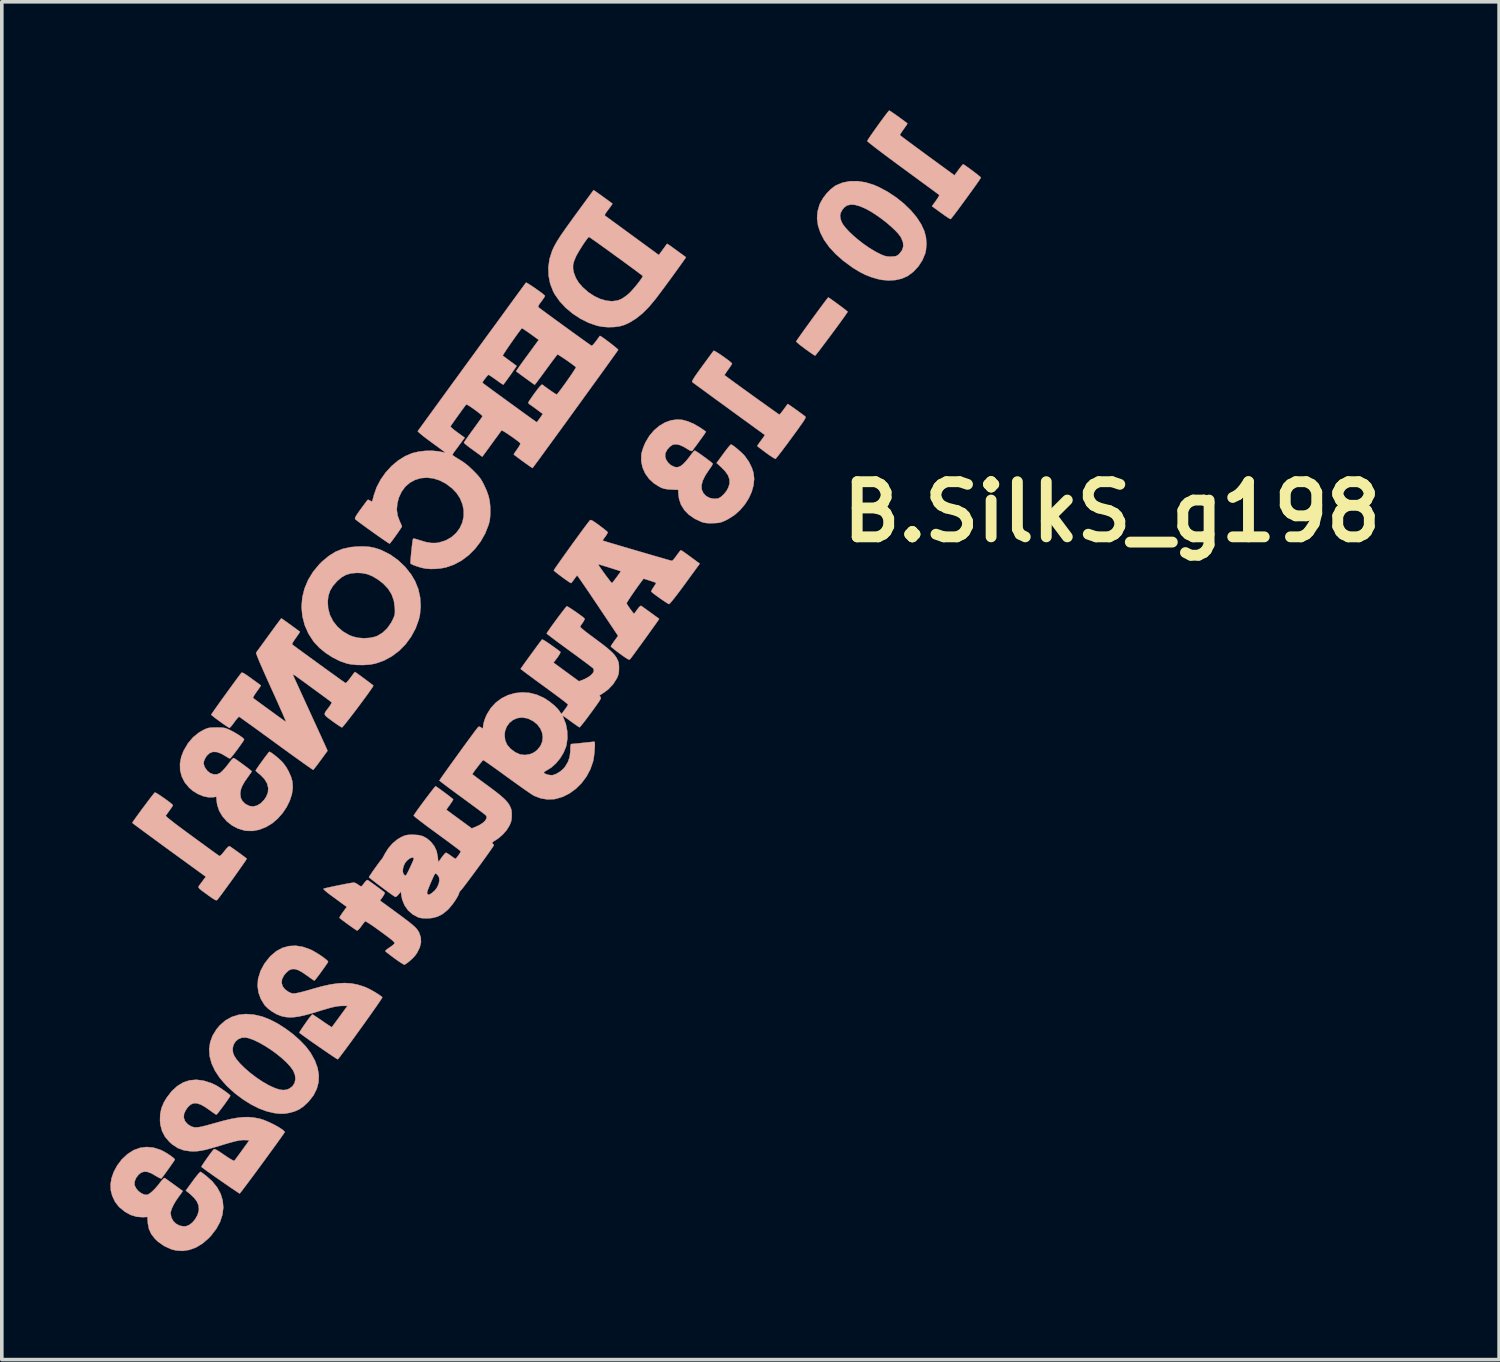
<source format=kicad_pcb>
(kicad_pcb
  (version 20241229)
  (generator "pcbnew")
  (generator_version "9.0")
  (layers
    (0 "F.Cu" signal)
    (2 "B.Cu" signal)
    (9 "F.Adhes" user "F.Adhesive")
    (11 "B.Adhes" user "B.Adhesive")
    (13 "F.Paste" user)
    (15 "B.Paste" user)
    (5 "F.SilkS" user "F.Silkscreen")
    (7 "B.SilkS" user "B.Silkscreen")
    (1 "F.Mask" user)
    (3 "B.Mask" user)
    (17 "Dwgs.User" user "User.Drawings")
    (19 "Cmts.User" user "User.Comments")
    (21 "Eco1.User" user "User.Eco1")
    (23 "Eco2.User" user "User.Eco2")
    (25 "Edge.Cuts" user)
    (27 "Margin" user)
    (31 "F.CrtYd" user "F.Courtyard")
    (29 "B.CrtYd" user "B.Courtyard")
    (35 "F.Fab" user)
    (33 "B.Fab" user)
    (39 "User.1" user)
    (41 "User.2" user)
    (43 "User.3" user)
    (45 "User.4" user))
  (footprint "B.SilkS_g198"
    (layer "F.Cu")
    (at 27.678 11.096)
    (property "Reference" "B.SilkS_g198" (at 0 0 0) (layer "F.SilkS") (effects (font (size 1.524 1.524) (thickness 0.3))))
    (attr through_hole)
    (fp_poly (pts (xy -7.818 -5.915) (xy -7.771 -5.883) (xy -7.705 -5.836) (xy -7.627 -5.78) (xy -7.544 -5.719) (xy -7.463 -5.659) (xy -7.392 -5.605) (xy -7.338 -5.562) (xy -7.307 -5.537) (xy -7.303 -5.532) (xy -7.315 -5.51) (xy -7.349 -5.46) (xy -7.401 -5.385) (xy -7.469 -5.292) (xy -7.547 -5.183) (xy -7.634 -5.065) (xy -7.726 -4.941) (xy -7.818 -4.817) (xy -7.908 -4.697) (xy -7.992 -4.585) (xy -8.066 -4.487) (xy -8.128 -4.408) (xy -8.173 -4.351) (xy -8.198 -4.322) (xy -8.202 -4.319) (xy -8.226 -4.331) (xy -8.277 -4.364) (xy -8.349 -4.413) (xy -8.435 -4.475) (xy -8.476 -4.504) (xy -8.564 -4.571) (xy -8.639 -4.629) (xy -8.693 -4.675) (xy -8.722 -4.704) (xy -8.725 -4.71) (xy -8.713 -4.731) (xy -8.678 -4.782) (xy -8.626 -4.856) (xy -8.559 -4.951) (xy -8.481 -5.06) (xy -8.395 -5.178) (xy -8.305 -5.303) (xy -8.214 -5.428) (xy -8.126 -5.548) (xy -8.043 -5.66) (xy -7.97 -5.758) (xy -7.91 -5.838) (xy -7.866 -5.895) (xy -7.842 -5.924) (xy -7.839 -5.927) (xy -7.818 -5.915)) (stroke (width 0.01) (type solid)) (fill yes) (layer "B.SilkS"))
    (fp_poly (pts (xy -23.714 13.893) (xy -23.482 13.947) (xy -23.474 13.95) (xy -23.267 14.031) (xy -23.052 14.142) (xy -22.838 14.279) (xy -22.632 14.433) (xy -22.443 14.6) (xy -22.278 14.772) (xy -22.147 14.945) (xy -22.144 14.95) (xy -22.027 15.16) (xy -21.952 15.365) (xy -21.918 15.565) (xy -21.925 15.758) (xy -21.974 15.944) (xy -22.063 16.122) (xy -22.194 16.29) (xy -22.234 16.331) (xy -22.353 16.439) (xy -22.469 16.516) (xy -22.595 16.571) (xy -22.732 16.607) (xy -22.83 16.625) (xy -22.916 16.632) (xy -23.007 16.63) (xy -23.119 16.617) (xy -23.152 16.613) (xy -23.355 16.566) (xy -23.57 16.486) (xy -23.792 16.374) (xy -24.014 16.235) (xy -24.231 16.072) (xy -24.435 15.888) (xy -24.479 15.844) (xy -24.652 15.646) (xy -24.785 15.446) (xy -24.879 15.246) (xy -24.933 15.047) (xy -24.947 14.851) (xy -24.944 14.829) (xy -24.299 14.829) (xy -24.29 14.939) (xy -24.259 15.025) (xy -24.19 15.132) (xy -24.089 15.251) (xy -23.962 15.376) (xy -23.816 15.502) (xy -23.656 15.624) (xy -23.49 15.737) (xy -23.323 15.834) (xy -23.283 15.855) (xy -23.132 15.924) (xy -23.006 15.965) (xy -22.898 15.979) (xy -22.802 15.966) (xy -22.734 15.939) (xy -22.644 15.872) (xy -22.587 15.782) (xy -22.564 15.677) (xy -22.576 15.561) (xy -22.624 15.442) (xy -22.625 15.44) (xy -22.701 15.332) (xy -22.808 15.216) (xy -22.939 15.095) (xy -23.087 14.975) (xy -23.246 14.86) (xy -23.409 14.755) (xy -23.57 14.664) (xy -23.72 14.592) (xy -23.855 14.544) (xy -23.938 14.527) (xy -24.05 14.532) (xy -24.146 14.572) (xy -24.222 14.639) (xy -24.275 14.727) (xy -24.299 14.829) (xy -24.944 14.829) (xy -24.92 14.66) (xy -24.854 14.476) (xy -24.746 14.3) (xy -24.655 14.191) (xy -24.502 14.057) (xy -24.329 13.959) (xy -24.139 13.899) (xy -23.933 13.877) (xy -23.714 13.893)) (stroke (width 0.01) (type solid)) (fill yes) (layer "B.SilkS"))
    (fp_poly (pts (xy -20.514 0.967) (xy -20.376 0.994) (xy -20.237 1.038) (xy -20.178 1.062) (xy -19.943 1.181) (xy -19.726 1.336) (xy -19.531 1.521) (xy -19.366 1.729) (xy -19.256 1.916) (xy -19.169 2.132) (xy -19.118 2.364) (xy -19.102 2.603) (xy -19.123 2.838) (xy -19.153 2.972) (xy -19.243 3.22) (xy -19.366 3.449) (xy -19.519 3.657) (xy -19.698 3.839) (xy -19.9 3.991) (xy -20.12 4.11) (xy -20.355 4.192) (xy -20.358 4.193) (xy -20.512 4.22) (xy -20.689 4.232) (xy -20.871 4.229) (xy -21.042 4.211) (xy -21.14 4.191) (xy -21.334 4.123) (xy -21.531 4.025) (xy -21.722 3.902) (xy -21.895 3.762) (xy -22.038 3.612) (xy -22.063 3.581) (xy -22.203 3.366) (xy -22.306 3.133) (xy -22.37 2.888) (xy -22.394 2.636) (xy -22.394 2.618) (xy -22.382 2.471) (xy -21.672 2.471) (xy -21.66 2.667) (xy -21.609 2.852) (xy -21.522 3.023) (xy -21.402 3.175) (xy -21.253 3.304) (xy -21.076 3.406) (xy -20.977 3.445) (xy -20.836 3.479) (xy -20.678 3.492) (xy -20.519 3.483) (xy -20.374 3.454) (xy -20.294 3.424) (xy -20.151 3.336) (xy -20.024 3.214) (xy -19.918 3.063) (xy -19.883 2.995) (xy -19.846 2.916) (xy -19.825 2.856) (xy -19.815 2.799) (xy -19.814 2.729) (xy -19.817 2.652) (xy -19.843 2.458) (xy -19.903 2.284) (xy -20 2.127) (xy -20.135 1.984) (xy -20.283 1.869) (xy -20.432 1.78) (xy -20.573 1.722) (xy -20.718 1.692) (xy -20.86 1.685) (xy -21.025 1.698) (xy -21.164 1.738) (xy -21.29 1.809) (xy -21.412 1.914) (xy -21.527 2.046) (xy -21.606 2.177) (xy -21.653 2.318) (xy -21.672 2.471) (xy -22.382 2.471) (xy -22.374 2.365) (xy -22.312 2.118) (xy -22.212 1.88) (xy -22.075 1.655) (xy -21.901 1.446) (xy -21.829 1.374) (xy -21.643 1.219) (xy -21.455 1.102) (xy -21.256 1.022) (xy -21.038 0.974) (xy -20.843 0.957) (xy -20.665 0.955) (xy -20.514 0.967)) (stroke (width 0.01) (type solid)) (fill yes) (layer "B.SilkS"))
    (fp_poly (pts (xy -6.808 -9.106) (xy -6.58 -9.036) (xy -6.44 -8.975) (xy -6.192 -8.842) (xy -5.959 -8.687) (xy -5.746 -8.516) (xy -5.557 -8.333) (xy -5.397 -8.142) (xy -5.27 -7.947) (xy -5.182 -7.754) (xy -5.14 -7.589) (xy -5.125 -7.412) (xy -5.139 -7.239) (xy -5.161 -7.139) (xy -5.238 -6.955) (xy -5.349 -6.784) (xy -5.486 -6.636) (xy -5.645 -6.518) (xy -5.653 -6.514) (xy -5.805 -6.447) (xy -5.98 -6.407) (xy -6.17 -6.395) (xy -6.362 -6.412) (xy -6.466 -6.434) (xy -6.645 -6.486) (xy -6.806 -6.548) (xy -6.962 -6.627) (xy -7.13 -6.728) (xy -7.176 -6.758) (xy -7.423 -6.939) (xy -7.635 -7.127) (xy -7.812 -7.319) (xy -7.953 -7.516) (xy -8.056 -7.714) (xy -8.121 -7.911) (xy -8.148 -8.108) (xy -8.142 -8.188) (xy -7.512 -8.188) (xy -7.502 -8.111) (xy -7.479 -8.031) (xy -7.436 -7.949) (xy -7.362 -7.852) (xy -7.262 -7.743) (xy -7.141 -7.629) (xy -7.004 -7.513) (xy -6.858 -7.4) (xy -6.707 -7.296) (xy -6.557 -7.205) (xy -6.493 -7.17) (xy -6.387 -7.117) (xy -6.305 -7.082) (xy -6.235 -7.063) (xy -6.164 -7.055) (xy -6.081 -7.056) (xy -6.08 -7.056) (xy -6.003 -7.061) (xy -5.951 -7.075) (xy -5.907 -7.102) (xy -5.874 -7.133) (xy -5.799 -7.23) (xy -5.765 -7.335) (xy -5.773 -7.449) (xy -5.822 -7.572) (xy -5.832 -7.59) (xy -5.894 -7.677) (xy -5.988 -7.778) (xy -6.105 -7.888) (xy -6.239 -8.002) (xy -6.383 -8.113) (xy -6.531 -8.217) (xy -6.676 -8.308) (xy -6.789 -8.37) (xy -6.956 -8.444) (xy -7.1 -8.485) (xy -7.22 -8.493) (xy -7.321 -8.468) (xy -7.403 -8.409) (xy -7.46 -8.332) (xy -7.498 -8.256) (xy -7.512 -8.188) (xy -8.142 -8.188) (xy -8.134 -8.301) (xy -8.08 -8.489) (xy -8.057 -8.542) (xy -7.98 -8.675) (xy -7.881 -8.803) (xy -7.769 -8.917) (xy -7.656 -9.005) (xy -7.623 -9.024) (xy -7.442 -9.099) (xy -7.243 -9.138) (xy -7.03 -9.14) (xy -6.808 -9.106)) (stroke (width 0.01) (type solid)) (fill yes) (layer "B.SilkS"))
    (fp_poly (pts (xy -6.132 -11.079) (xy -6.084 -11.048) (xy -6.018 -11.003) (xy -5.94 -10.948) (xy -5.86 -10.89) (xy -5.783 -10.834) (xy -5.718 -10.786) (xy -5.672 -10.75) (xy -5.652 -10.732) (xy -5.652 -10.731) (xy -5.664 -10.71) (xy -5.694 -10.664) (xy -5.739 -10.6) (xy -5.758 -10.574) (xy -5.806 -10.506) (xy -5.841 -10.451) (xy -5.858 -10.417) (xy -5.858 -10.412) (xy -5.841 -10.397) (xy -5.792 -10.359) (xy -5.716 -10.302) (xy -5.617 -10.228) (xy -5.497 -10.139) (xy -5.36 -10.038) (xy -5.21 -9.928) (xy -5.102 -9.848) (xy -4.35 -9.3) (xy -4.237 -9.456) (xy -4.185 -9.524) (xy -4.143 -9.575) (xy -4.115 -9.603) (xy -4.108 -9.605) (xy -4.076 -9.587) (xy -4.022 -9.549) (xy -3.951 -9.499) (xy -3.873 -9.441) (xy -3.794 -9.382) (xy -3.722 -9.326) (xy -3.665 -9.28) (xy -3.629 -9.249) (xy -3.621 -9.239) (xy -3.633 -9.217) (xy -3.666 -9.166) (xy -3.718 -9.091) (xy -3.784 -8.997) (xy -3.862 -8.889) (xy -3.947 -8.772) (xy -4.035 -8.65) (xy -4.124 -8.529) (xy -4.209 -8.413) (xy -4.287 -8.308) (xy -4.355 -8.219) (xy -4.408 -8.15) (xy -4.444 -8.106) (xy -4.457 -8.092) (xy -4.481 -8.102) (xy -4.532 -8.132) (xy -4.603 -8.18) (xy -4.688 -8.24) (xy -4.725 -8.267) (xy -4.973 -8.448) (xy -4.865 -8.596) (xy -4.818 -8.664) (xy -4.785 -8.719) (xy -4.771 -8.753) (xy -4.772 -8.759) (xy -4.791 -8.774) (xy -4.842 -8.811) (xy -4.92 -8.869) (xy -5.023 -8.945) (xy -5.149 -9.038) (xy -5.293 -9.143) (xy -5.453 -9.261) (xy -5.626 -9.387) (xy -5.774 -9.496) (xy -5.962 -9.634) (xy -6.136 -9.763) (xy -6.294 -9.881) (xy -6.434 -9.987) (xy -6.553 -10.077) (xy -6.647 -10.151) (xy -6.715 -10.206) (xy -6.753 -10.24) (xy -6.76 -10.249) (xy -6.748 -10.274) (xy -6.715 -10.326) (xy -6.665 -10.4) (xy -6.602 -10.49) (xy -6.531 -10.59) (xy -6.456 -10.695) (xy -6.382 -10.798) (xy -6.311 -10.894) (xy -6.249 -10.977) (xy -6.199 -11.041) (xy -6.166 -11.08) (xy -6.154 -11.091) (xy -6.132 -11.079)) (stroke (width 0.01) (type solid)) (fill yes) (layer "B.SilkS"))
    (fp_poly (pts (xy -26.423 7.763) (xy -26.373 7.792) (xy -26.304 7.836) (xy -26.226 7.89) (xy -26.145 7.947) (xy -26.069 8.003) (xy -26.006 8.052) (xy -25.964 8.089) (xy -25.95 8.107) (xy -25.962 8.131) (xy -25.993 8.179) (xy -26.036 8.241) (xy -26.041 8.247) (xy -26.088 8.312) (xy -26.126 8.365) (xy -26.147 8.395) (xy -26.147 8.396) (xy -26.135 8.415) (xy -26.088 8.458) (xy -26.007 8.523) (xy -25.895 8.611) (xy -25.75 8.72) (xy -25.575 8.85) (xy -25.428 8.957) (xy -25.273 9.071) (xy -25.127 9.177) (xy -24.995 9.273) (xy -24.88 9.357) (xy -24.786 9.425) (xy -24.717 9.474) (xy -24.676 9.503) (xy -24.667 9.51) (xy -24.641 9.504) (xy -24.599 9.465) (xy -24.538 9.39) (xy -24.528 9.377) (xy -24.467 9.301) (xy -24.42 9.254) (xy -24.39 9.238) (xy -24.388 9.239) (xy -24.36 9.255) (xy -24.308 9.29) (xy -24.239 9.339) (xy -24.161 9.395) (xy -24.081 9.452) (xy -24.009 9.506) (xy -23.951 9.55) (xy -23.916 9.578) (xy -23.91 9.585) (xy -23.92 9.604) (xy -23.952 9.653) (xy -24.001 9.725) (xy -24.066 9.817) (xy -24.141 9.924) (xy -24.223 10.04) (xy -24.31 10.161) (xy -24.397 10.282) (xy -24.481 10.397) (xy -24.558 10.503) (xy -24.625 10.594) (xy -24.679 10.664) (xy -24.715 10.71) (xy -24.727 10.724) (xy -24.744 10.732) (xy -24.77 10.728) (xy -24.811 10.707) (xy -24.873 10.666) (xy -24.962 10.604) (xy -24.977 10.593) (xy -25.083 10.516) (xy -25.159 10.46) (xy -25.208 10.42) (xy -25.234 10.39) (xy -25.242 10.366) (xy -25.234 10.343) (xy -25.215 10.315) (xy -25.202 10.299) (xy -25.152 10.231) (xy -25.101 10.163) (xy -25.093 10.153) (xy -25.04 10.082) (xy -26.056 9.343) (xy -26.239 9.21) (xy -26.411 9.084) (xy -26.57 8.967) (xy -26.712 8.863) (xy -26.835 8.772) (xy -26.935 8.698) (xy -27.01 8.642) (xy -27.056 8.606) (xy -27.071 8.594) (xy -27.059 8.572) (xy -27.026 8.522) (xy -26.975 8.45) (xy -26.911 8.362) (xy -26.839 8.263) (xy -26.762 8.16) (xy -26.685 8.057) (xy -26.612 7.96) (xy -26.548 7.876) (xy -26.496 7.81) (xy -26.461 7.768) (xy -26.448 7.755) (xy -26.423 7.763)) (stroke (width 0.01) (type solid)) (fill yes) (layer "B.SilkS"))
    (fp_poly (pts (xy -10.984 -4.447) (xy -10.937 -4.421) (xy -10.87 -4.38) (xy -10.793 -4.328) (xy -10.712 -4.271) (xy -10.634 -4.215) (xy -10.568 -4.164) (xy -10.521 -4.124) (xy -10.499 -4.1) (xy -10.499 -4.098) (xy -10.51 -4.073) (xy -10.542 -4.023) (xy -10.587 -3.958) (xy -10.606 -3.931) (xy -10.653 -3.865) (xy -10.688 -3.812) (xy -10.706 -3.783) (xy -10.706 -3.779) (xy -10.667 -3.749) (xy -10.6 -3.7) (xy -10.511 -3.634) (xy -10.402 -3.555) (xy -10.28 -3.466) (xy -10.147 -3.37) (xy -10.008 -3.27) (xy -9.868 -3.169) (xy -9.73 -3.07) (xy -9.599 -2.976) (xy -9.48 -2.891) (xy -9.375 -2.816) (xy -9.29 -2.756) (xy -9.229 -2.713) (xy -9.196 -2.691) (xy -9.191 -2.688) (xy -9.171 -2.704) (xy -9.134 -2.747) (xy -9.087 -2.808) (xy -9.07 -2.831) (xy -9.022 -2.897) (xy -8.984 -2.95) (xy -8.963 -2.979) (xy -8.961 -2.982) (xy -8.943 -2.973) (xy -8.897 -2.942) (xy -8.828 -2.894) (xy -8.742 -2.833) (xy -8.645 -2.763) (xy -8.542 -2.687) (xy -8.48 -2.64) (xy -8.47 -2.631) (xy -8.467 -2.617) (xy -8.472 -2.595) (xy -8.488 -2.563) (xy -8.517 -2.515) (xy -8.562 -2.449) (xy -8.624 -2.362) (xy -8.705 -2.248) (xy -8.809 -2.106) (xy -8.856 -2.041) (xy -8.956 -1.905) (xy -9.05 -1.78) (xy -9.132 -1.67) (xy -9.202 -1.581) (xy -9.255 -1.514) (xy -9.288 -1.475) (xy -9.298 -1.466) (xy -9.324 -1.477) (xy -9.376 -1.508) (xy -9.449 -1.556) (xy -9.534 -1.616) (xy -9.561 -1.636) (xy -9.647 -1.7) (xy -9.719 -1.755) (xy -9.772 -1.796) (xy -9.798 -1.82) (xy -9.8 -1.822) (xy -9.788 -1.844) (xy -9.756 -1.89) (xy -9.711 -1.953) (xy -9.692 -1.978) (xy -9.644 -2.043) (xy -9.609 -2.094) (xy -9.592 -2.122) (xy -9.592 -2.126) (xy -9.61 -2.139) (xy -9.659 -2.175) (xy -9.736 -2.231) (xy -9.839 -2.305) (xy -9.963 -2.396) (xy -10.106 -2.5) (xy -10.266 -2.616) (xy -10.438 -2.741) (xy -10.583 -2.847) (xy -10.764 -2.979) (xy -10.936 -3.103) (xy -11.094 -3.219) (xy -11.236 -3.323) (xy -11.359 -3.413) (xy -11.46 -3.486) (xy -11.535 -3.542) (xy -11.581 -3.576) (xy -11.595 -3.587) (xy -11.599 -3.602) (xy -11.591 -3.629) (xy -11.567 -3.673) (xy -11.527 -3.737) (xy -11.466 -3.825) (xy -11.383 -3.941) (xy -11.323 -4.023) (xy -11.238 -4.139) (xy -11.161 -4.244) (xy -11.096 -4.333) (xy -11.046 -4.4) (xy -11.015 -4.442) (xy -11.006 -4.453) (xy -10.984 -4.447)) (stroke (width 0.01) (type solid)) (fill yes) (layer "B.SilkS"))
    (fp_poly (pts (xy -20.567 10.174) (xy -20.529 10.2) (xy -20.47 10.242) (xy -20.397 10.294) (xy -20.317 10.352) (xy -20.24 10.41) (xy -20.172 10.461) (xy -20.122 10.5) (xy -20.097 10.522) (xy -20.096 10.523) (xy -20.101 10.549) (xy -20.126 10.597) (xy -20.155 10.641) (xy -20.227 10.741) (xy -19.824 11.036) (xy -19.66 11.156) (xy -19.527 11.256) (xy -19.42 11.337) (xy -19.338 11.404) (xy -19.274 11.46) (xy -19.227 11.508) (xy -19.191 11.552) (xy -19.164 11.594) (xy -19.146 11.626) (xy -19.1 11.76) (xy -19.094 11.896) (xy -19.128 12.037) (xy -19.202 12.185) (xy -19.244 12.246) (xy -19.3 12.312) (xy -19.379 12.387) (xy -19.463 12.457) (xy -19.54 12.509) (xy -19.547 12.513) (xy -19.571 12.506) (xy -19.622 12.476) (xy -19.694 12.43) (xy -19.78 12.37) (xy -19.822 12.34) (xy -19.911 12.274) (xy -19.988 12.215) (xy -20.045 12.17) (xy -20.076 12.142) (xy -20.081 12.136) (xy -20.067 12.117) (xy -20.026 12.082) (xy -19.966 12.04) (xy -19.962 12.037) (xy -19.898 11.993) (xy -19.849 11.953) (xy -19.825 11.927) (xy -19.825 11.927) (xy -19.825 11.912) (xy -19.835 11.893) (xy -19.859 11.866) (xy -19.901 11.829) (xy -19.964 11.778) (xy -20.052 11.712) (xy -20.168 11.626) (xy -20.304 11.527) (xy -20.404 11.455) (xy -20.494 11.395) (xy -20.566 11.348) (xy -20.616 11.32) (xy -20.637 11.313) (xy -20.658 11.336) (xy -20.696 11.383) (xy -20.742 11.446) (xy -20.746 11.453) (xy -20.793 11.514) (xy -20.833 11.555) (xy -20.86 11.57) (xy -20.861 11.57) (xy -20.888 11.554) (xy -20.94 11.519) (xy -21.009 11.471) (xy -21.088 11.415) (xy -21.168 11.356) (xy -21.241 11.302) (xy -21.301 11.257) (xy -21.338 11.227) (xy -21.346 11.219) (xy -21.339 11.196) (xy -21.311 11.149) (xy -21.268 11.085) (xy -21.25 11.06) (xy -21.145 10.916) (xy -21.267 10.827) (xy -21.335 10.777) (xy -21.424 10.711) (xy -21.522 10.64) (xy -21.598 10.584) (xy -21.676 10.525) (xy -21.738 10.473) (xy -21.777 10.435) (xy -21.789 10.416) (xy -21.788 10.415) (xy -21.763 10.407) (xy -21.704 10.392) (xy -21.619 10.373) (xy -21.516 10.35) (xy -21.402 10.327) (xy -21.286 10.304) (xy -21.176 10.282) (xy -21.078 10.264) (xy -21.002 10.251) (xy -20.954 10.245) (xy -20.946 10.245) (xy -20.904 10.257) (xy -20.85 10.288) (xy -20.837 10.298) (xy -20.789 10.331) (xy -20.754 10.349) (xy -20.748 10.351) (xy -20.726 10.335) (xy -20.69 10.294) (xy -20.661 10.255) (xy -20.615 10.199) (xy -20.579 10.174) (xy -20.567 10.174)) (stroke (width 0.01) (type solid)) (fill yes) (layer "B.SilkS"))
    (fp_poly (pts (xy -26.491 17.568) (xy -26.302 17.627) (xy -26.236 17.658) (xy -26.155 17.702) (xy -26.074 17.752) (xy -25.999 17.803) (xy -25.94 17.849) (xy -25.904 17.884) (xy -25.897 17.901) (xy -25.911 17.924) (xy -25.945 17.975) (xy -25.993 18.044) (xy -26.05 18.124) (xy -26.109 18.207) (xy -26.167 18.287) (xy -26.216 18.355) (xy -26.253 18.403) (xy -26.268 18.422) (xy -26.292 18.419) (xy -26.34 18.397) (xy -26.405 18.36) (xy -26.417 18.353) (xy -26.545 18.279) (xy -26.654 18.239) (xy -26.746 18.233) (xy -26.828 18.26) (xy -26.901 18.318) (xy -26.967 18.406) (xy -27.006 18.5) (xy -27.012 18.589) (xy -27.007 18.612) (xy -26.967 18.694) (xy -26.904 18.769) (xy -26.826 18.828) (xy -26.744 18.866) (xy -26.668 18.873) (xy -26.655 18.871) (xy -26.598 18.842) (xy -26.525 18.783) (xy -26.441 18.7) (xy -26.354 18.599) (xy -26.308 18.539) (xy -26.251 18.467) (xy -26.206 18.422) (xy -26.179 18.407) (xy -26.176 18.408) (xy -26.15 18.426) (xy -26.098 18.463) (xy -26.025 18.515) (xy -25.94 18.577) (xy -25.919 18.592) (xy -25.833 18.654) (xy -25.761 18.707) (xy -25.708 18.746) (xy -25.681 18.765) (xy -25.679 18.767) (xy -25.687 18.784) (xy -25.717 18.827) (xy -25.761 18.888) (xy -25.782 18.916) (xy -25.865 19.034) (xy -25.933 19.151) (xy -25.983 19.258) (xy -26.01 19.348) (xy -26.014 19.384) (xy -25.994 19.497) (xy -25.941 19.596) (xy -25.86 19.674) (xy -25.761 19.726) (xy -25.649 19.746) (xy -25.583 19.74) (xy -25.495 19.704) (xy -25.409 19.636) (xy -25.332 19.544) (xy -25.273 19.439) (xy -25.238 19.331) (xy -25.231 19.264) (xy -25.243 19.16) (xy -25.284 19.062) (xy -25.356 18.964) (xy -25.463 18.86) (xy -25.533 18.803) (xy -25.593 18.756) (xy -25.399 18.49) (xy -25.32 18.384) (xy -25.256 18.305) (xy -25.21 18.255) (xy -25.184 18.238) (xy -25.181 18.239) (xy -25.153 18.258) (xy -25.102 18.295) (xy -25.039 18.342) (xy -25.039 18.342) (xy -24.863 18.499) (xy -24.727 18.668) (xy -24.63 18.847) (xy -24.574 19.033) (xy -24.557 19.225) (xy -24.581 19.42) (xy -24.644 19.616) (xy -24.748 19.809) (xy -24.893 19.998) (xy -24.966 20.076) (xy -25.133 20.22) (xy -25.31 20.327) (xy -25.493 20.394) (xy -25.679 20.423) (xy -25.864 20.411) (xy -25.993 20.378) (xy -26.191 20.288) (xy -26.366 20.164) (xy -26.447 20.086) (xy -26.548 19.956) (xy -26.611 19.819) (xy -26.642 19.663) (xy -26.644 19.632) (xy -26.654 19.484) (xy -26.777 19.491) (xy -26.947 19.48) (xy -27.116 19.429) (xy -27.279 19.339) (xy -27.431 19.213) (xy -27.445 19.2) (xy -27.549 19.065) (xy -27.625 18.904) (xy -27.665 18.752) (xy -27.673 18.587) (xy -27.645 18.413) (xy -27.583 18.236) (xy -27.489 18.063) (xy -27.367 17.901) (xy -27.357 17.89) (xy -27.201 17.745) (xy -27.035 17.639) (xy -26.859 17.575) (xy -26.678 17.551) (xy -26.491 17.568)) (stroke (width 0.01) (type solid)) (fill yes) (layer "B.SilkS"))
    (fp_poly (pts (xy -14.269 -8.855) (xy -14.237 -8.833) (xy -14.181 -8.793) (xy -14.108 -8.741) (xy -14.028 -8.682) (xy -13.948 -8.625) (xy -13.879 -8.574) (xy -13.827 -8.536) (xy -13.804 -8.518) (xy -13.813 -8.5) (xy -13.842 -8.456) (xy -13.887 -8.394) (xy -13.915 -8.357) (xy -13.97 -8.284) (xy -14.002 -8.236) (xy -14.014 -8.206) (xy -14.009 -8.188) (xy -13.996 -8.176) (xy -13.972 -8.159) (xy -13.917 -8.119) (xy -13.835 -8.059) (xy -13.731 -7.983) (xy -13.607 -7.893) (xy -13.468 -7.791) (xy -13.318 -7.681) (xy -13.24 -7.624) (xy -12.521 -7.098) (xy -12.293 -7.41) (xy -12.237 -7.374) (xy -12.205 -7.352) (xy -12.148 -7.311) (xy -12.075 -7.258) (xy -11.994 -7.199) (xy -11.914 -7.141) (xy -11.844 -7.09) (xy -11.793 -7.053) (xy -11.773 -7.037) (xy -11.783 -7.019) (xy -11.815 -6.972) (xy -11.865 -6.901) (xy -11.931 -6.809) (xy -12.008 -6.702) (xy -12.093 -6.584) (xy -12.183 -6.46) (xy -12.275 -6.335) (xy -12.365 -6.213) (xy -12.449 -6.1) (xy -12.525 -5.999) (xy -12.588 -5.915) (xy -12.612 -5.884) (xy -12.792 -5.668) (xy -12.97 -5.489) (xy -13.149 -5.345) (xy -13.333 -5.231) (xy -13.467 -5.169) (xy -13.597 -5.13) (xy -13.752 -5.109) (xy -13.92 -5.104) (xy -14.086 -5.117) (xy -14.224 -5.144) (xy -14.46 -5.225) (xy -14.688 -5.339) (xy -14.903 -5.48) (xy -15.097 -5.643) (xy -15.264 -5.823) (xy -15.398 -6.015) (xy -15.44 -6.093) (xy -15.523 -6.305) (xy -15.567 -6.528) (xy -15.574 -6.758) (xy -15.565 -6.816) (xy -14.892 -6.816) (xy -14.891 -6.714) (xy -14.87 -6.612) (xy -14.814 -6.463) (xy -14.735 -6.333) (xy -14.625 -6.207) (xy -14.624 -6.206) (xy -14.47 -6.071) (xy -14.306 -5.963) (xy -14.139 -5.884) (xy -13.974 -5.837) (xy -13.815 -5.821) (xy -13.668 -5.84) (xy -13.572 -5.875) (xy -13.496 -5.92) (xy -13.411 -5.981) (xy -13.354 -6.028) (xy -13.3 -6.081) (xy -13.237 -6.15) (xy -13.17 -6.228) (xy -13.104 -6.309) (xy -13.045 -6.386) (xy -12.999 -6.451) (xy -12.97 -6.498) (xy -12.964 -6.519) (xy -12.984 -6.536) (xy -13.034 -6.575) (xy -13.109 -6.631) (xy -13.205 -6.703) (xy -13.319 -6.786) (xy -13.445 -6.879) (xy -13.579 -6.977) (xy -13.718 -7.077) (xy -13.856 -7.177) (xy -13.989 -7.274) (xy -14.114 -7.363) (xy -14.225 -7.443) (xy -14.319 -7.509) (xy -14.391 -7.559) (xy -14.437 -7.59) (xy -14.453 -7.599) (xy -14.474 -7.582) (xy -14.511 -7.535) (xy -14.561 -7.467) (xy -14.617 -7.384) (xy -14.675 -7.293) (xy -14.731 -7.202) (xy -14.779 -7.119) (xy -14.815 -7.05) (xy -14.866 -6.924) (xy -14.892 -6.816) (xy -15.565 -6.816) (xy -15.542 -6.987) (xy -15.471 -7.21) (xy -15.442 -7.275) (xy -15.41 -7.341) (xy -15.375 -7.406) (xy -15.335 -7.475) (xy -15.287 -7.552) (xy -15.229 -7.641) (xy -15.157 -7.745) (xy -15.07 -7.869) (xy -14.964 -8.017) (xy -14.837 -8.192) (xy -14.752 -8.308) (xy -14.325 -8.892) (xy -14.269 -8.855)) (stroke (width 0.01) (type solid)) (fill yes) (layer "B.SilkS"))
    (fp_poly (pts (xy -11.873 -2.543) (xy -11.718 -2.501) (xy -11.551 -2.429) (xy -11.384 -2.332) (xy -11.344 -2.305) (xy -11.218 -2.216) (xy -11.254 -2.161) (xy -11.28 -2.122) (xy -11.324 -2.061) (xy -11.379 -1.985) (xy -11.438 -1.903) (xy -11.496 -1.824) (xy -11.547 -1.756) (xy -11.584 -1.706) (xy -11.601 -1.685) (xy -11.629 -1.683) (xy -11.678 -1.705) (xy -11.699 -1.718) (xy -11.835 -1.8) (xy -11.949 -1.85) (xy -12.044 -1.869) (xy -12.125 -1.859) (xy -12.139 -1.854) (xy -12.217 -1.802) (xy -12.288 -1.722) (xy -12.337 -1.629) (xy -12.34 -1.621) (xy -12.347 -1.535) (xy -12.321 -1.447) (xy -12.267 -1.363) (xy -12.193 -1.294) (xy -12.104 -1.248) (xy -12.05 -1.235) (xy -11.987 -1.238) (xy -11.922 -1.264) (xy -11.851 -1.318) (xy -11.77 -1.402) (xy -11.677 -1.518) (xy -11.616 -1.601) (xy -11.575 -1.653) (xy -11.541 -1.686) (xy -11.527 -1.693) (xy -11.502 -1.681) (xy -11.451 -1.648) (xy -11.382 -1.601) (xy -11.304 -1.545) (xy -11.223 -1.486) (xy -11.147 -1.429) (xy -11.085 -1.381) (xy -11.044 -1.346) (xy -11.031 -1.332) (xy -11.04 -1.307) (xy -11.069 -1.257) (xy -11.113 -1.193) (xy -11.131 -1.168) (xy -11.239 -1.005) (xy -11.31 -0.859) (xy -11.342 -0.73) (xy -11.335 -0.616) (xy -11.291 -0.518) (xy -11.209 -0.434) (xy -11.209 -0.434) (xy -11.12 -0.387) (xy -11.014 -0.363) (xy -10.911 -0.366) (xy -10.859 -0.381) (xy -10.791 -0.424) (xy -10.719 -0.494) (xy -10.652 -0.578) (xy -10.603 -0.664) (xy -10.566 -0.782) (xy -10.568 -0.896) (xy -10.608 -1.009) (xy -10.688 -1.124) (xy -10.782 -1.221) (xy -10.924 -1.351) (xy -10.738 -1.606) (xy -10.671 -1.696) (xy -10.612 -1.772) (xy -10.564 -1.828) (xy -10.534 -1.858) (xy -10.528 -1.862) (xy -10.496 -1.849) (xy -10.442 -1.812) (xy -10.374 -1.759) (xy -10.3 -1.695) (xy -10.227 -1.629) (xy -10.165 -1.566) (xy -10.142 -1.54) (xy -10.033 -1.386) (xy -9.95 -1.217) (xy -9.906 -1.082) (xy -9.887 -0.913) (xy -9.905 -0.735) (xy -9.955 -0.554) (xy -10.036 -0.376) (xy -10.144 -0.206) (xy -10.276 -0.051) (xy -10.428 0.085) (xy -10.597 0.194) (xy -10.633 0.213) (xy -10.724 0.257) (xy -10.793 0.284) (xy -10.856 0.3) (xy -10.93 0.308) (xy -11.025 0.312) (xy -11.137 0.313) (xy -11.221 0.307) (xy -11.291 0.293) (xy -11.342 0.277) (xy -11.53 0.189) (xy -11.689 0.079) (xy -11.816 -0.051) (xy -11.908 -0.198) (xy -11.962 -0.359) (xy -11.976 -0.458) (xy -11.986 -0.609) (xy -12.179 -0.618) (xy -12.286 -0.626) (xy -12.366 -0.639) (xy -12.436 -0.661) (xy -12.493 -0.687) (xy -12.657 -0.789) (xy -12.793 -0.916) (xy -12.899 -1.064) (xy -12.971 -1.227) (xy -13.007 -1.399) (xy -13.005 -1.577) (xy -13 -1.61) (xy -12.978 -1.696) (xy -12.942 -1.8) (xy -12.898 -1.903) (xy -12.889 -1.923) (xy -12.783 -2.1) (xy -12.655 -2.252) (xy -12.509 -2.376) (xy -12.35 -2.47) (xy -12.183 -2.53) (xy -12.012 -2.553) (xy -11.873 -2.543)) (stroke (width 0.01) (type solid)) (fill yes) (layer "B.SilkS"))
    (fp_poly (pts (xy -24.642 5.959) (xy -24.568 5.964) (xy -24.509 5.974) (xy -24.452 5.994) (xy -24.382 6.025) (xy -24.362 6.035) (xy -24.272 6.081) (xy -24.183 6.133) (xy -24.101 6.185) (xy -24.036 6.232) (xy -23.993 6.269) (xy -23.982 6.288) (xy -23.994 6.314) (xy -24.026 6.365) (xy -24.074 6.433) (xy -24.131 6.513) (xy -24.192 6.596) (xy -24.252 6.674) (xy -24.305 6.742) (xy -24.346 6.791) (xy -24.37 6.815) (xy -24.373 6.816) (xy -24.403 6.805) (xy -24.452 6.777) (xy -24.476 6.761) (xy -24.615 6.68) (xy -24.737 6.636) (xy -24.844 6.632) (xy -24.935 6.666) (xy -25.013 6.738) (xy -25.062 6.817) (xy -25.095 6.898) (xy -25.1 6.966) (xy -25.076 7.04) (xy -25.061 7.07) (xy -24.997 7.159) (xy -24.915 7.222) (xy -24.823 7.254) (xy -24.729 7.252) (xy -24.652 7.22) (xy -24.595 7.172) (xy -24.522 7.095) (xy -24.439 6.994) (xy -24.356 6.884) (xy -24.315 6.835) (xy -24.28 6.806) (xy -24.266 6.803) (xy -24.238 6.819) (xy -24.187 6.854) (xy -24.118 6.903) (xy -24.041 6.959) (xy -23.961 7.018) (xy -23.887 7.074) (xy -23.825 7.122) (xy -23.784 7.156) (xy -23.77 7.169) (xy -23.782 7.191) (xy -23.813 7.237) (xy -23.858 7.299) (xy -23.874 7.322) (xy -23.968 7.456) (xy -24.033 7.571) (xy -24.071 7.671) (xy -24.087 7.766) (xy -24.088 7.792) (xy -24.075 7.9) (xy -24.033 7.986) (xy -23.956 8.063) (xy -23.941 8.074) (xy -23.837 8.127) (xy -23.73 8.141) (xy -23.623 8.115) (xy -23.52 8.052) (xy -23.425 7.953) (xy -23.372 7.874) (xy -23.323 7.753) (xy -23.315 7.629) (xy -23.346 7.506) (xy -23.417 7.386) (xy -23.525 7.274) (xy -23.547 7.255) (xy -23.605 7.208) (xy -23.646 7.17) (xy -23.663 7.15) (xy -23.663 7.15) (xy -23.652 7.128) (xy -23.62 7.08) (xy -23.574 7.013) (xy -23.518 6.934) (xy -23.458 6.852) (xy -23.4 6.773) (xy -23.348 6.705) (xy -23.309 6.655) (xy -23.287 6.631) (xy -23.285 6.63) (xy -23.259 6.639) (xy -23.21 6.67) (xy -23.146 6.718) (xy -23.074 6.776) (xy -23.003 6.838) (xy -22.941 6.897) (xy -22.905 6.936) (xy -22.821 7.049) (xy -22.746 7.183) (xy -22.685 7.323) (xy -22.648 7.451) (xy -22.647 7.458) (xy -22.637 7.625) (xy -22.662 7.802) (xy -22.72 7.981) (xy -22.807 8.157) (xy -22.919 8.324) (xy -23.052 8.475) (xy -23.202 8.604) (xy -23.367 8.704) (xy -23.379 8.71) (xy -23.564 8.783) (xy -23.74 8.817) (xy -23.912 8.814) (xy -23.976 8.804) (xy -24.155 8.75) (xy -24.319 8.663) (xy -24.462 8.549) (xy -24.581 8.412) (xy -24.671 8.259) (xy -24.725 8.094) (xy -24.737 8.013) (xy -24.75 7.871) (xy -24.829 7.885) (xy -24.964 7.888) (xy -25.109 7.858) (xy -25.256 7.797) (xy -25.397 7.711) (xy -25.5 7.623) (xy -25.622 7.476) (xy -25.705 7.313) (xy -25.75 7.139) (xy -25.754 6.956) (xy -25.719 6.768) (xy -25.651 6.596) (xy -25.532 6.394) (xy -25.391 6.228) (xy -25.225 6.095) (xy -25.106 6.027) (xy -25.04 5.996) (xy -24.985 5.976) (xy -24.929 5.965) (xy -24.857 5.96) (xy -24.758 5.958) (xy -24.744 5.958) (xy -24.642 5.959)) (stroke (width 0.01) (type solid)) (fill yes) (layer "B.SilkS"))
    (fp_poly (pts (xy -25.106 15.717) (xy -24.9 15.782) (xy -24.785 15.834) (xy -24.723 15.868) (xy -24.648 15.915) (xy -24.569 15.969) (xy -24.492 16.023) (xy -24.427 16.072) (xy -24.381 16.111) (xy -24.363 16.134) (xy -24.363 16.134) (xy -24.375 16.158) (xy -24.407 16.207) (xy -24.454 16.274) (xy -24.51 16.353) (xy -24.57 16.435) (xy -24.63 16.514) (xy -24.682 16.582) (xy -24.723 16.632) (xy -24.746 16.657) (xy -24.749 16.658) (xy -24.773 16.646) (xy -24.821 16.614) (xy -24.886 16.568) (xy -24.919 16.544) (xy -25.063 16.444) (xy -25.185 16.377) (xy -25.288 16.344) (xy -25.377 16.343) (xy -25.456 16.376) (xy -25.529 16.441) (xy -25.593 16.529) (xy -25.642 16.637) (xy -25.649 16.741) (xy -25.616 16.836) (xy -25.544 16.919) (xy -25.463 16.972) (xy -25.416 16.993) (xy -25.367 17.006) (xy -25.311 17.01) (xy -25.242 17.005) (xy -25.154 16.989) (xy -25.041 16.961) (xy -24.898 16.922) (xy -24.788 16.891) (xy -24.549 16.825) (xy -24.343 16.776) (xy -24.162 16.744) (xy -24.001 16.727) (xy -23.853 16.726) (xy -23.711 16.739) (xy -23.57 16.766) (xy -23.536 16.774) (xy -23.447 16.802) (xy -23.346 16.843) (xy -23.238 16.892) (xy -23.132 16.945) (xy -23.034 17) (xy -22.952 17.052) (xy -22.892 17.097) (xy -22.862 17.131) (xy -22.86 17.14) (xy -22.872 17.16) (xy -22.907 17.211) (xy -22.96 17.287) (xy -23.031 17.385) (xy -23.114 17.501) (xy -23.208 17.631) (xy -23.31 17.77) (xy -23.416 17.916) (xy -23.524 18.063) (xy -23.631 18.209) (xy -23.734 18.348) (xy -23.83 18.478) (xy -23.917 18.593) (xy -23.99 18.691) (xy -24.048 18.767) (xy -24.087 18.817) (xy -24.104 18.837) (xy -24.105 18.837) (xy -24.125 18.825) (xy -24.176 18.792) (xy -24.253 18.74) (xy -24.351 18.674) (xy -24.466 18.595) (xy -24.594 18.507) (xy -24.638 18.476) (xy -24.769 18.385) (xy -24.888 18.301) (xy -24.991 18.228) (xy -25.073 18.168) (xy -25.131 18.125) (xy -25.16 18.102) (xy -25.162 18.1) (xy -25.153 18.079) (xy -25.123 18.031) (xy -25.079 17.965) (xy -25.025 17.888) (xy -24.968 17.808) (xy -24.913 17.732) (xy -24.865 17.669) (xy -24.829 17.625) (xy -24.821 17.616) (xy -24.804 17.61) (xy -24.774 17.618) (xy -24.726 17.643) (xy -24.655 17.687) (xy -24.557 17.754) (xy -24.533 17.77) (xy -24.439 17.834) (xy -24.358 17.885) (xy -24.296 17.919) (xy -24.26 17.934) (xy -24.254 17.933) (xy -24.236 17.911) (xy -24.197 17.86) (xy -24.144 17.788) (xy -24.079 17.7) (xy -24.037 17.641) (xy -23.838 17.367) (xy -23.947 17.36) (xy -24.008 17.359) (xy -24.074 17.364) (xy -24.15 17.376) (xy -24.243 17.397) (xy -24.359 17.428) (xy -24.504 17.47) (xy -24.617 17.505) (xy -24.802 17.56) (xy -24.954 17.603) (xy -25.079 17.634) (xy -25.185 17.655) (xy -25.279 17.667) (xy -25.367 17.672) (xy -25.456 17.67) (xy -25.46 17.67) (xy -25.647 17.643) (xy -25.815 17.58) (xy -25.97 17.478) (xy -26.046 17.41) (xy -26.167 17.268) (xy -26.249 17.112) (xy -26.295 16.937) (xy -26.306 16.824) (xy -26.301 16.643) (xy -26.266 16.477) (xy -26.196 16.313) (xy -26.119 16.185) (xy -25.979 16.005) (xy -25.827 15.866) (xy -25.663 15.767) (xy -25.488 15.709) (xy -25.302 15.693) (xy -25.106 15.717)) (stroke (width 0.01) (type solid)) (fill yes) (layer "B.SilkS"))
    (fp_poly (pts (xy -22.358 12.02) (xy -22.158 12.091) (xy -22.125 12.106) (xy -22.045 12.149) (xy -21.957 12.201) (xy -21.869 12.258) (xy -21.788 12.315) (xy -21.722 12.366) (xy -21.676 12.406) (xy -21.66 12.432) (xy -21.66 12.433) (xy -21.675 12.46) (xy -21.71 12.511) (xy -21.758 12.58) (xy -21.815 12.66) (xy -21.874 12.742) (xy -21.932 12.82) (xy -21.982 12.885) (xy -22.02 12.932) (xy -22.039 12.953) (xy -22.04 12.953) (xy -22.062 12.941) (xy -22.11 12.91) (xy -22.177 12.862) (xy -22.241 12.816) (xy -22.377 12.722) (xy -22.491 12.661) (xy -22.588 12.633) (xy -22.674 12.637) (xy -22.752 12.674) (xy -22.828 12.745) (xy -22.884 12.814) (xy -22.934 12.914) (xy -22.945 13.014) (xy -22.917 13.111) (xy -22.852 13.196) (xy -22.754 13.266) (xy -22.747 13.269) (xy -22.686 13.297) (xy -22.638 13.309) (xy -22.584 13.308) (xy -22.514 13.296) (xy -22.444 13.281) (xy -22.345 13.256) (xy -22.232 13.225) (xy -22.115 13.191) (xy -22.102 13.187) (xy -21.837 13.113) (xy -21.603 13.061) (xy -21.393 13.03) (xy -21.202 13.02) (xy -21.024 13.031) (xy -20.852 13.063) (xy -20.681 13.116) (xy -20.621 13.139) (xy -20.551 13.171) (xy -20.466 13.215) (xy -20.377 13.266) (xy -20.293 13.318) (xy -20.223 13.365) (xy -20.176 13.402) (xy -20.163 13.416) (xy -20.173 13.436) (xy -20.205 13.486) (xy -20.257 13.563) (xy -20.324 13.661) (xy -20.406 13.777) (xy -20.498 13.908) (xy -20.598 14.048) (xy -20.703 14.195) (xy -20.81 14.343) (xy -20.916 14.49) (xy -21.018 14.631) (xy -21.114 14.762) (xy -21.201 14.879) (xy -21.275 14.978) (xy -21.333 15.055) (xy -21.374 15.106) (xy -21.394 15.127) (xy -21.395 15.127) (xy -21.415 15.117) (xy -21.466 15.085) (xy -21.543 15.034) (xy -21.641 14.969) (xy -21.756 14.89) (xy -21.884 14.802) (xy -21.929 14.771) (xy -22.06 14.68) (xy -22.179 14.596) (xy -22.282 14.522) (xy -22.365 14.462) (xy -22.423 14.419) (xy -22.452 14.395) (xy -22.454 14.392) (xy -22.445 14.37) (xy -22.415 14.321) (xy -22.371 14.254) (xy -22.317 14.176) (xy -22.26 14.095) (xy -22.204 14.017) (xy -22.154 13.952) (xy -22.117 13.905) (xy -22.097 13.886) (xy -22.097 13.886) (xy -22.076 13.897) (xy -22.027 13.929) (xy -21.956 13.976) (xy -21.869 14.035) (xy -21.824 14.066) (xy -21.733 14.129) (xy -21.655 14.181) (xy -21.596 14.219) (xy -21.563 14.239) (xy -21.558 14.241) (xy -21.544 14.222) (xy -21.509 14.176) (xy -21.458 14.106) (xy -21.395 14.02) (xy -21.339 13.944) (xy -21.126 13.652) (xy -21.265 13.652) (xy -21.335 13.655) (xy -21.406 13.662) (xy -21.487 13.677) (xy -21.583 13.7) (xy -21.702 13.733) (xy -21.851 13.777) (xy -21.929 13.802) (xy -22.143 13.866) (xy -22.325 13.914) (xy -22.479 13.947) (xy -22.612 13.965) (xy -22.729 13.969) (xy -22.837 13.959) (xy -22.94 13.937) (xy -22.972 13.927) (xy -23.087 13.88) (xy -23.207 13.81) (xy -23.317 13.729) (xy -23.404 13.644) (xy -23.417 13.628) (xy -23.519 13.461) (xy -23.584 13.283) (xy -23.61 13.097) (xy -23.596 12.912) (xy -23.593 12.897) (xy -23.528 12.686) (xy -23.422 12.487) (xy -23.276 12.301) (xy -23.241 12.265) (xy -23.089 12.137) (xy -22.922 12.048) (xy -22.742 11.999) (xy -22.554 11.989) (xy -22.358 12.02)) (stroke (width 0.01) (type solid)) (fill yes) (layer "B.SilkS"))
    (fp_poly (pts (xy -14.385 0.229) (xy -14.346 0.249) (xy -14.288 0.287) (xy -14.204 0.346) (xy -14.169 0.372) (xy -14.084 0.436) (xy -14.012 0.492) (xy -13.961 0.535) (xy -13.935 0.56) (xy -13.934 0.562) (xy -13.942 0.59) (xy -13.97 0.639) (xy -14.003 0.686) (xy -14.043 0.74) (xy -14.068 0.779) (xy -14.073 0.793) (xy -14.051 0.8) (xy -13.994 0.818) (xy -13.905 0.845) (xy -13.791 0.879) (xy -13.656 0.919) (xy -13.504 0.964) (xy -13.341 1.012) (xy -13.171 1.062) (xy -13 1.112) (xy -12.832 1.161) (xy -12.672 1.208) (xy -12.525 1.25) (xy -12.396 1.287) (xy -12.29 1.318) (xy -12.212 1.34) (xy -12.166 1.352) (xy -12.155 1.355) (xy -12.135 1.338) (xy -12.097 1.295) (xy -12.05 1.233) (xy -12.031 1.207) (xy -11.982 1.14) (xy -11.942 1.089) (xy -11.916 1.062) (xy -11.911 1.059) (xy -11.89 1.071) (xy -11.84 1.103) (xy -11.77 1.153) (xy -11.685 1.214) (xy -11.643 1.245) (xy -11.39 1.431) (xy -11.799 1.991) (xy -11.913 2.146) (xy -12.014 2.28) (xy -12.099 2.389) (xy -12.166 2.472) (xy -12.213 2.526) (xy -12.238 2.548) (xy -12.24 2.548) (xy -12.267 2.535) (xy -12.319 2.503) (xy -12.389 2.456) (xy -12.469 2.402) (xy -12.55 2.344) (xy -12.625 2.289) (xy -12.685 2.243) (xy -12.723 2.212) (xy -12.731 2.203) (xy -12.725 2.178) (xy -12.699 2.131) (xy -12.664 2.077) (xy -12.626 2.02) (xy -12.602 1.977) (xy -12.596 1.961) (xy -12.62 1.95) (xy -12.671 1.932) (xy -12.738 1.909) (xy -12.81 1.886) (xy -12.876 1.865) (xy -12.925 1.851) (xy -12.944 1.847) (xy -13.002 1.923) (xy -13.069 2.013) (xy -13.139 2.111) (xy -13.21 2.212) (xy -13.276 2.308) (xy -13.333 2.394) (xy -13.378 2.464) (xy -13.405 2.512) (xy -13.412 2.53) (xy -13.395 2.56) (xy -13.362 2.611) (xy -13.32 2.672) (xy -13.276 2.732) (xy -13.238 2.781) (xy -13.213 2.811) (xy -13.208 2.814) (xy -13.192 2.798) (xy -13.159 2.757) (xy -13.117 2.698) (xy -13.067 2.634) (xy -13.029 2.6) (xy -13.011 2.596) (xy -12.985 2.614) (xy -12.932 2.651) (xy -12.86 2.703) (xy -12.774 2.765) (xy -12.753 2.781) (xy -12.667 2.843) (xy -12.595 2.896) (xy -12.542 2.934) (xy -12.515 2.954) (xy -12.512 2.955) (xy -12.523 2.973) (xy -12.555 3.02) (xy -12.604 3.091) (xy -12.669 3.181) (xy -12.744 3.286) (xy -12.826 3.401) (xy -12.912 3.521) (xy -12.998 3.64) (xy -13.082 3.754) (xy -13.158 3.859) (xy -13.224 3.949) (xy -13.276 4.019) (xy -13.311 4.064) (xy -13.323 4.078) (xy -13.341 4.082) (xy -13.377 4.068) (xy -13.436 4.032) (xy -13.52 3.975) (xy -13.597 3.918) (xy -13.686 3.852) (xy -13.76 3.794) (xy -13.816 3.749) (xy -13.845 3.722) (xy -13.848 3.717) (xy -13.837 3.693) (xy -13.805 3.645) (xy -13.761 3.581) (xy -13.747 3.563) (xy -13.647 3.426) (xy -14.205 2.591) (xy -14.318 2.424) (xy -14.423 2.267) (xy -14.519 2.126) (xy -14.604 2.002) (xy -14.674 1.9) (xy -14.728 1.823) (xy -14.763 1.774) (xy -14.777 1.757) (xy -14.795 1.773) (xy -14.828 1.815) (xy -14.862 1.862) (xy -14.902 1.918) (xy -14.934 1.956) (xy -14.948 1.968) (xy -14.972 1.956) (xy -15.021 1.924) (xy -15.087 1.878) (xy -15.164 1.823) (xy -15.243 1.764) (xy -15.316 1.709) (xy -15.375 1.662) (xy -15.413 1.63) (xy -15.423 1.618) (xy -15.412 1.598) (xy -15.38 1.549) (xy -15.328 1.474) (xy -15.311 1.449) (xy -14.198 1.449) (xy -14.189 1.467) (xy -14.16 1.513) (xy -14.115 1.577) (xy -14.061 1.653) (xy -14.002 1.735) (xy -13.943 1.814) (xy -13.89 1.883) (xy -13.849 1.936) (xy -13.823 1.965) (xy -13.819 1.968) (xy -13.801 1.952) (xy -13.766 1.909) (xy -13.718 1.847) (xy -13.687 1.805) (xy -13.568 1.641) (xy -13.88 1.541) (xy -13.987 1.508) (xy -14.079 1.48) (xy -14.15 1.459) (xy -14.191 1.449) (xy -14.198 1.449) (xy -15.311 1.449) (xy -15.261 1.378) (xy -15.182 1.267) (xy -15.094 1.143) (xy -15 1.012) (xy -14.904 0.878) (xy -14.808 0.746) (xy -14.716 0.62) (xy -14.631 0.504) (xy -14.556 0.403) (xy -14.495 0.322) (xy -14.45 0.264) (xy -14.426 0.235) (xy -14.409 0.226) (xy -14.385 0.229)) (stroke (width 0.01) (type solid)) (fill yes) (layer "B.SilkS"))
    (fp_poly (pts (xy -22.935 2.954) (xy -22.89 2.985) (xy -22.826 3.031) (xy -22.75 3.086) (xy -22.668 3.144) (xy -22.59 3.202) (xy -22.521 3.252) (xy -22.469 3.29) (xy -22.442 3.311) (xy -22.44 3.313) (xy -22.449 3.332) (xy -22.478 3.377) (xy -22.522 3.44) (xy -22.553 3.483) (xy -22.603 3.554) (xy -22.639 3.613) (xy -22.656 3.652) (xy -22.656 3.662) (xy -22.632 3.68) (xy -22.579 3.72) (xy -22.501 3.778) (xy -22.402 3.85) (xy -22.287 3.934) (xy -22.159 4.027) (xy -22.024 4.125) (xy -21.886 4.225) (xy -21.749 4.325) (xy -21.617 4.42) (xy -21.494 4.508) (xy -21.386 4.586) (xy -21.296 4.651) (xy -21.228 4.698) (xy -21.188 4.726) (xy -21.178 4.733) (xy -21.157 4.72) (xy -21.118 4.68) (xy -21.069 4.619) (xy -21.041 4.582) (xy -20.99 4.513) (xy -20.949 4.459) (xy -20.924 4.428) (xy -20.92 4.424) (xy -20.9 4.436) (xy -20.854 4.468) (xy -20.788 4.515) (xy -20.712 4.571) (xy -20.631 4.631) (xy -20.553 4.689) (xy -20.486 4.74) (xy -20.436 4.779) (xy -20.412 4.8) (xy -20.411 4.801) (xy -20.421 4.824) (xy -20.454 4.875) (xy -20.506 4.949) (xy -20.572 5.043) (xy -20.651 5.15) (xy -20.737 5.267) (xy -20.827 5.388) (xy -20.918 5.509) (xy -21.007 5.624) (xy -21.088 5.73) (xy -21.16 5.821) (xy -21.217 5.892) (xy -21.258 5.939) (xy -21.277 5.956) (xy -21.278 5.956) (xy -21.306 5.943) (xy -21.36 5.909) (xy -21.434 5.859) (xy -21.52 5.798) (xy -21.545 5.78) (xy -21.641 5.709) (xy -21.707 5.658) (xy -21.744 5.618) (xy -21.755 5.581) (xy -21.742 5.541) (xy -21.707 5.488) (xy -21.652 5.416) (xy -21.646 5.409) (xy -21.602 5.346) (xy -21.571 5.296) (xy -21.56 5.269) (xy -21.56 5.268) (xy -21.568 5.259) (xy -21.591 5.241) (xy -21.629 5.212) (xy -21.686 5.169) (xy -21.764 5.112) (xy -21.865 5.037) (xy -21.993 4.944) (xy -22.149 4.83) (xy -22.336 4.693) (xy -22.411 4.639) (xy -22.505 4.571) (xy -22.569 4.525) (xy -22.608 4.501) (xy -22.627 4.495) (xy -22.63 4.505) (xy -22.621 4.53) (xy -22.619 4.534) (xy -22.605 4.567) (xy -22.574 4.635) (xy -22.53 4.732) (xy -22.473 4.856) (xy -22.407 5.001) (xy -22.332 5.165) (xy -22.251 5.342) (xy -22.172 5.514) (xy -22.087 5.701) (xy -22.005 5.878) (xy -21.93 6.043) (xy -21.863 6.189) (xy -21.806 6.314) (xy -21.761 6.413) (xy -21.73 6.481) (xy -21.716 6.513) (xy -21.677 6.602) (xy -21.867 6.862) (xy -21.934 6.953) (xy -21.993 7.031) (xy -22.039 7.089) (xy -22.067 7.123) (xy -22.073 7.128) (xy -22.093 7.117) (xy -22.143 7.083) (xy -22.222 7.028) (xy -22.326 6.955) (xy -22.451 6.865) (xy -22.596 6.762) (xy -22.756 6.646) (xy -22.93 6.52) (xy -23.094 6.401) (xy -23.276 6.267) (xy -23.449 6.142) (xy -23.608 6.026) (xy -23.751 5.922) (xy -23.876 5.833) (xy -23.978 5.76) (xy -24.054 5.705) (xy -24.103 5.671) (xy -24.119 5.66) (xy -24.14 5.673) (xy -24.178 5.714) (xy -24.227 5.775) (xy -24.253 5.811) (xy -24.305 5.881) (xy -24.348 5.934) (xy -24.378 5.965) (xy -24.386 5.969) (xy -24.41 5.957) (xy -24.46 5.926) (xy -24.527 5.88) (xy -24.606 5.824) (xy -24.687 5.766) (xy -24.764 5.709) (xy -24.828 5.66) (xy -24.873 5.623) (xy -24.891 5.605) (xy -24.891 5.604) (xy -24.879 5.585) (xy -24.846 5.536) (xy -24.795 5.463) (xy -24.729 5.37) (xy -24.653 5.263) (xy -24.569 5.146) (xy -24.481 5.025) (xy -24.393 4.903) (xy -24.308 4.786) (xy -24.23 4.679) (xy -24.162 4.587) (xy -24.107 4.514) (xy -24.071 4.466) (xy -24.057 4.449) (xy -24.04 4.443) (xy -24.011 4.451) (xy -23.964 4.477) (xy -23.895 4.523) (xy -23.798 4.592) (xy -23.779 4.606) (xy -23.69 4.671) (xy -23.613 4.726) (xy -23.556 4.768) (xy -23.524 4.792) (xy -23.519 4.795) (xy -23.528 4.814) (xy -23.557 4.859) (xy -23.601 4.922) (xy -23.632 4.964) (xy -23.682 5.036) (xy -23.718 5.095) (xy -23.735 5.133) (xy -23.735 5.143) (xy -23.714 5.159) (xy -23.664 5.196) (xy -23.591 5.25) (xy -23.5 5.316) (xy -23.398 5.391) (xy -23.289 5.47) (xy -23.18 5.549) (xy -23.076 5.625) (xy -22.983 5.692) (xy -22.906 5.748) (xy -22.851 5.787) (xy -22.823 5.807) (xy -22.822 5.807) (xy -22.827 5.791) (xy -22.847 5.741) (xy -22.882 5.658) (xy -22.929 5.548) (xy -22.989 5.414) (xy -23.057 5.26) (xy -23.134 5.089) (xy -23.218 4.904) (xy -23.235 4.867) (xy -23.349 4.615) (xy -23.444 4.401) (xy -23.522 4.224) (xy -23.581 4.085) (xy -23.622 3.983) (xy -23.644 3.917) (xy -23.649 3.889) (xy -23.649 3.889) (xy -23.631 3.865) (xy -23.593 3.812) (xy -23.536 3.735) (xy -23.465 3.637) (xy -23.383 3.524) (xy -23.295 3.403) (xy -23.206 3.281) (xy -23.126 3.171) (xy -23.057 3.078) (xy -23.003 3.006) (xy -22.968 2.959) (xy -22.953 2.942) (xy -22.953 2.942) (xy -22.935 2.954)) (stroke (width 0.01) (type solid)) (fill yes) (layer "B.SilkS"))
    (fp_poly (pts (xy -16.172 -6.329) (xy -16.125 -6.302) (xy -16.059 -6.26) (xy -15.981 -6.208) (xy -15.899 -6.151) (xy -15.819 -6.094) (xy -15.749 -6.042) (xy -15.697 -6) (xy -15.67 -5.974) (xy -15.668 -5.971) (xy -15.677 -5.948) (xy -15.707 -5.901) (xy -15.751 -5.838) (xy -15.768 -5.816) (xy -15.819 -5.747) (xy -15.847 -5.703) (xy -15.855 -5.676) (xy -15.848 -5.657) (xy -15.837 -5.646) (xy -15.808 -5.624) (xy -15.75 -5.58) (xy -15.668 -5.52) (xy -15.567 -5.445) (xy -15.449 -5.359) (xy -15.321 -5.266) (xy -15.186 -5.167) (xy -15.048 -5.068) (xy -14.912 -4.969) (xy -14.783 -4.876) (xy -14.664 -4.79) (xy -14.56 -4.716) (xy -14.475 -4.656) (xy -14.414 -4.613) (xy -14.382 -4.591) (xy -14.378 -4.589) (xy -14.356 -4.602) (xy -14.318 -4.642) (xy -14.27 -4.701) (xy -14.255 -4.72) (xy -14.208 -4.785) (xy -14.171 -4.835) (xy -14.151 -4.862) (xy -14.149 -4.864) (xy -14.13 -4.856) (xy -14.085 -4.827) (xy -14.022 -4.783) (xy -13.947 -4.727) (xy -13.867 -4.667) (xy -13.79 -4.607) (xy -13.723 -4.553) (xy -13.673 -4.51) (xy -13.646 -4.484) (xy -13.644 -4.479) (xy -13.656 -4.461) (xy -13.691 -4.411) (xy -13.747 -4.332) (xy -13.822 -4.228) (xy -13.913 -4.101) (xy -14.018 -3.955) (xy -14.136 -3.791) (xy -14.265 -3.613) (xy -14.401 -3.425) (xy -14.544 -3.227) (xy -14.69 -3.025) (xy -14.839 -2.82) (xy -14.987 -2.615) (xy -15.133 -2.413) (xy -15.275 -2.218) (xy -15.411 -2.032) (xy -15.538 -1.857) (xy -15.655 -1.697) (xy -15.758 -1.555) (xy -15.847 -1.433) (xy -15.92 -1.335) (xy -15.973 -1.263) (xy -16.005 -1.22) (xy -16.011 -1.212) (xy -16.029 -1.222) (xy -16.073 -1.251) (xy -16.137 -1.296) (xy -16.213 -1.35) (xy -16.294 -1.409) (xy -16.373 -1.467) (xy -16.443 -1.519) (xy -16.497 -1.56) (xy -16.526 -1.584) (xy -16.53 -1.589) (xy -16.519 -1.61) (xy -16.489 -1.656) (xy -16.445 -1.718) (xy -16.434 -1.733) (xy -16.39 -1.799) (xy -16.359 -1.854) (xy -16.347 -1.888) (xy -16.347 -1.891) (xy -16.368 -1.915) (xy -16.416 -1.955) (xy -16.482 -2.005) (xy -16.56 -2.062) (xy -16.643 -2.119) (xy -16.722 -2.172) (xy -16.79 -2.215) (xy -16.841 -2.244) (xy -16.866 -2.253) (xy -16.867 -2.252) (xy -16.885 -2.229) (xy -16.923 -2.178) (xy -16.975 -2.106) (xy -17.038 -2.021) (xy -17.061 -1.99) (xy -17.133 -1.89) (xy -17.204 -1.792) (xy -17.267 -1.706) (xy -17.313 -1.643) (xy -17.319 -1.635) (xy -17.4 -1.525) (xy -17.653 -1.709) (xy -17.743 -1.774) (xy -17.818 -1.832) (xy -17.874 -1.878) (xy -17.904 -1.906) (xy -17.907 -1.912) (xy -17.895 -1.934) (xy -17.862 -1.985) (xy -17.81 -2.058) (xy -17.745 -2.15) (xy -17.67 -2.254) (xy -17.653 -2.277) (xy -17.576 -2.383) (xy -17.508 -2.478) (xy -17.452 -2.556) (xy -17.413 -2.612) (xy -17.395 -2.641) (xy -17.394 -2.644) (xy -17.408 -2.664) (xy -17.449 -2.701) (xy -17.509 -2.749) (xy -17.581 -2.804) (xy -17.657 -2.859) (xy -17.729 -2.908) (xy -17.79 -2.946) (xy -17.831 -2.967) (xy -17.844 -2.969) (xy -17.867 -2.94) (xy -17.908 -2.885) (xy -17.962 -2.812) (xy -18.023 -2.727) (xy -18.088 -2.637) (xy -18.15 -2.55) (xy -18.205 -2.472) (xy -18.248 -2.41) (xy -18.273 -2.371) (xy -18.279 -2.363) (xy -18.266 -2.342) (xy -18.224 -2.303) (xy -18.161 -2.251) (xy -18.086 -2.195) (xy -17.886 -2.051) (xy -18.006 -1.888) (xy -18.065 -1.808) (xy -18.12 -1.733) (xy -18.163 -1.676) (xy -18.175 -1.66) (xy -18.207 -1.613) (xy -18.223 -1.579) (xy -18.224 -1.575) (xy -18.207 -1.557) (xy -18.16 -1.524) (xy -18.092 -1.481) (xy -18.039 -1.45) (xy -17.91 -1.367) (xy -17.782 -1.266) (xy -17.651 -1.143) (xy -17.561 -1.051) (xy -17.494 -0.976) (xy -17.442 -0.907) (xy -17.397 -0.832) (xy -17.35 -0.741) (xy -17.277 -0.58) (xy -17.227 -0.438) (xy -17.196 -0.299) (xy -17.181 -0.149) (xy -17.178 -0.032) (xy -17.181 0.094) (xy -17.189 0.193) (xy -17.205 0.282) (xy -17.227 0.36) (xy -17.32 0.596) (xy -17.445 0.817) (xy -17.598 1.018) (xy -17.775 1.195) (xy -17.971 1.343) (xy -18.182 1.457) (xy -18.403 1.534) (xy -18.535 1.559) (xy -18.682 1.574) (xy -18.827 1.577) (xy -18.952 1.568) (xy -18.96 1.567) (xy -19.049 1.55) (xy -19.143 1.525) (xy -19.233 1.496) (xy -19.31 1.467) (xy -19.363 1.44) (xy -19.384 1.422) (xy -19.385 1.394) (xy -19.381 1.332) (xy -19.374 1.247) (xy -19.365 1.147) (xy -19.354 1.042) (xy -19.343 0.94) (xy -19.332 0.851) (xy -19.322 0.783) (xy -19.314 0.747) (xy -19.295 0.739) (xy -19.246 0.747) (xy -19.163 0.772) (xy -19.13 0.783) (xy -18.959 0.834) (xy -18.81 0.859) (xy -18.676 0.859) (xy -18.592 0.846) (xy -18.413 0.79) (xy -18.256 0.702) (xy -18.124 0.587) (xy -18.022 0.449) (xy -17.951 0.294) (xy -17.914 0.126) (xy -17.914 -0.05) (xy -17.946 -0.205) (xy -18.013 -0.373) (xy -18.11 -0.521) (xy -18.239 -0.655) (xy -18.408 -0.782) (xy -18.582 -0.872) (xy -18.758 -0.927) (xy -18.932 -0.946) (xy -19.099 -0.932) (xy -19.257 -0.885) (xy -19.4 -0.807) (xy -19.526 -0.698) (xy -19.629 -0.559) (xy -19.707 -0.393) (xy -19.748 -0.233) (xy -19.763 -0.062) (xy -19.741 0.099) (xy -19.684 0.253) (xy -19.653 0.322) (xy -19.63 0.376) (xy -19.622 0.404) (xy -19.622 0.404) (xy -19.633 0.427) (xy -19.665 0.475) (xy -19.71 0.542) (xy -19.764 0.619) (xy -19.821 0.698) (xy -19.874 0.771) (xy -19.92 0.831) (xy -19.95 0.869) (xy -19.96 0.878) (xy -19.979 0.868) (xy -20.028 0.837) (xy -20.099 0.789) (xy -20.189 0.727) (xy -20.291 0.656) (xy -20.4 0.578) (xy -20.511 0.499) (xy -20.619 0.421) (xy -20.717 0.349) (xy -20.802 0.287) (xy -20.866 0.238) (xy -20.905 0.206) (xy -20.91 0.201) (xy -20.917 0.187) (xy -20.913 0.163) (xy -20.896 0.126) (xy -20.864 0.073) (xy -20.813 -0.001) (xy -20.743 -0.098) (xy -20.65 -0.224) (xy -20.589 -0.306) (xy -20.565 -0.332) (xy -20.541 -0.333) (xy -20.502 -0.31) (xy -20.461 -0.288) (xy -20.441 -0.294) (xy -20.438 -0.301) (xy -20.429 -0.335) (xy -20.413 -0.395) (xy -20.396 -0.462) (xy -20.32 -0.68) (xy -20.21 -0.89) (xy -20.071 -1.087) (xy -19.909 -1.265) (xy -19.728 -1.417) (xy -19.534 -1.539) (xy -19.339 -1.622) (xy -19.168 -1.663) (xy -18.979 -1.686) (xy -18.788 -1.69) (xy -18.612 -1.673) (xy -18.574 -1.666) (xy -18.501 -1.651) (xy -18.446 -1.641) (xy -18.422 -1.638) (xy -18.421 -1.638) (xy -18.436 -1.651) (xy -18.481 -1.685) (xy -18.55 -1.737) (xy -18.64 -1.804) (xy -18.745 -1.88) (xy -18.806 -1.925) (xy -18.925 -2.013) (xy -19.026 -2.09) (xy -19.105 -2.154) (xy -19.158 -2.201) (xy -19.182 -2.227) (xy -19.182 -2.232) (xy -19.168 -2.251) (xy -19.131 -2.303) (xy -19.073 -2.383) (xy -18.995 -2.49) (xy -18.9 -2.621) (xy -18.789 -2.773) (xy -18.665 -2.944) (xy -18.529 -3.131) (xy -18.383 -3.332) (xy -18.229 -3.544) (xy -18.211 -3.568) (xy -17.397 -3.568) (xy -17.396 -3.568) (xy -17.375 -3.551) (xy -17.324 -3.513) (xy -17.248 -3.457) (xy -17.152 -3.386) (xy -17.038 -3.303) (xy -16.912 -3.211) (xy -16.777 -3.113) (xy -16.639 -3.012) (xy -16.5 -2.912) (xy -16.367 -2.815) (xy -16.242 -2.724) (xy -16.13 -2.643) (xy -16.035 -2.575) (xy -15.961 -2.523) (xy -15.914 -2.489) (xy -15.896 -2.478) (xy -15.88 -2.494) (xy -15.847 -2.536) (xy -15.806 -2.593) (xy -15.726 -2.707) (xy -15.883 -2.823) (xy -15.957 -2.878) (xy -16.024 -2.926) (xy -16.072 -2.959) (xy -16.084 -2.966) (xy -16.118 -2.996) (xy -16.129 -3.018) (xy -16.117 -3.042) (xy -16.084 -3.094) (xy -16.035 -3.166) (xy -15.974 -3.252) (xy -15.947 -3.289) (xy -15.866 -3.397) (xy -15.805 -3.47) (xy -15.764 -3.51) (xy -15.742 -3.518) (xy -15.741 -3.517) (xy -15.675 -3.467) (xy -15.6 -3.412) (xy -15.522 -3.357) (xy -15.449 -3.307) (xy -15.39 -3.269) (xy -15.352 -3.247) (xy -15.343 -3.243) (xy -15.323 -3.263) (xy -15.285 -3.31) (xy -15.232 -3.38) (xy -15.17 -3.465) (xy -15.101 -3.56) (xy -15.031 -3.659) (xy -14.964 -3.755) (xy -14.904 -3.844) (xy -14.856 -3.918) (xy -14.823 -3.971) (xy -14.81 -3.998) (xy -14.81 -4) (xy -14.862 -4.041) (xy -14.932 -4.093) (xy -15.012 -4.151) (xy -15.097 -4.21) (xy -15.177 -4.264) (xy -15.246 -4.309) (xy -15.297 -4.34) (xy -15.321 -4.351) (xy -15.322 -4.351) (xy -15.339 -4.332) (xy -15.377 -4.283) (xy -15.433 -4.209) (xy -15.503 -4.116) (xy -15.582 -4.007) (xy -15.641 -3.927) (xy -15.725 -3.812) (xy -15.801 -3.709) (xy -15.865 -3.624) (xy -15.913 -3.56) (xy -15.943 -3.522) (xy -15.951 -3.514) (xy -15.969 -3.525) (xy -16.014 -3.557) (xy -16.078 -3.603) (xy -16.155 -3.658) (xy -16.236 -3.717) (xy -16.316 -3.775) (xy -16.385 -3.826) (xy -16.438 -3.866) (xy -16.464 -3.885) (xy -16.454 -3.903) (xy -16.422 -3.951) (xy -16.372 -4.023) (xy -16.306 -4.115) (xy -16.228 -4.223) (xy -16.155 -4.322) (xy -15.84 -4.754) (xy -16.07 -4.92) (xy -16.155 -4.98) (xy -16.227 -5.029) (xy -16.279 -5.063) (xy -16.305 -5.077) (xy -16.307 -5.077) (xy -16.348 -5.025) (xy -16.403 -4.952) (xy -16.467 -4.864) (xy -16.536 -4.766) (xy -16.607 -4.665) (xy -16.675 -4.567) (xy -16.736 -4.477) (xy -16.785 -4.402) (xy -16.819 -4.347) (xy -16.834 -4.319) (xy -16.834 -4.317) (xy -16.81 -4.299) (xy -16.761 -4.262) (xy -16.693 -4.212) (xy -16.637 -4.17) (xy -16.562 -4.116) (xy -16.502 -4.071) (xy -16.463 -4.042) (xy -16.451 -4.033) (xy -16.461 -4.016) (xy -16.491 -3.972) (xy -16.536 -3.908) (xy -16.589 -3.831) (xy -16.647 -3.75) (xy -16.704 -3.67) (xy -16.755 -3.6) (xy -16.795 -3.547) (xy -16.818 -3.517) (xy -16.819 -3.516) (xy -16.837 -3.525) (xy -16.883 -3.554) (xy -16.948 -3.599) (xy -17.016 -3.649) (xy -17.095 -3.705) (xy -17.161 -3.75) (xy -17.208 -3.78) (xy -17.227 -3.789) (xy -17.248 -3.774) (xy -17.282 -3.736) (xy -17.323 -3.685) (xy -17.361 -3.633) (xy -17.388 -3.591) (xy -17.397 -3.568) (xy -18.211 -3.568) (xy -18.068 -3.764) (xy -17.904 -3.99) (xy -17.737 -4.219) (xy -17.569 -4.449) (xy -17.403 -4.678) (xy -17.24 -4.901) (xy -17.081 -5.118) (xy -16.93 -5.325) (xy -16.788 -5.52) (xy -16.657 -5.7) (xy -16.538 -5.863) (xy -16.433 -6.007) (xy -16.345 -6.127) (xy -16.275 -6.223) (xy -16.225 -6.291) (xy -16.197 -6.329) (xy -16.192 -6.336) (xy -16.172 -6.329)) (stroke (width 0.01) (type solid)) (fill yes) (layer "B.SilkS"))
    (fp_poly (pts (xy -15.04 2.618) (xy -14.991 2.648) (xy -14.923 2.692) (xy -14.844 2.745) (xy -14.762 2.802) (xy -14.685 2.858) (xy -14.621 2.906) (xy -14.577 2.943) (xy -14.575 2.944) (xy -14.574 2.972) (xy -14.599 3.022) (xy -14.619 3.053) (xy -14.658 3.109) (xy -14.688 3.154) (xy -14.697 3.168) (xy -14.685 3.189) (xy -14.64 3.232) (xy -14.564 3.295) (xy -14.459 3.375) (xy -14.357 3.451) (xy -14.188 3.576) (xy -14.05 3.68) (xy -13.94 3.768) (xy -13.854 3.843) (xy -13.787 3.908) (xy -13.736 3.966) (xy -13.698 4.022) (xy -13.684 4.046) (xy -13.65 4.115) (xy -13.631 4.177) (xy -13.623 4.251) (xy -13.622 4.318) (xy -13.625 4.415) (xy -13.637 4.49) (xy -13.664 4.562) (xy -13.679 4.596) (xy -13.784 4.762) (xy -13.922 4.907) (xy -14.028 4.986) (xy -14.09 5.027) (xy -14.137 5.058) (xy -14.159 5.073) (xy -14.159 5.073) (xy -14.154 5.092) (xy -14.135 5.115) (xy -14.126 5.128) (xy -14.125 5.146) (xy -14.135 5.173) (xy -14.158 5.215) (xy -14.197 5.274) (xy -14.254 5.355) (xy -14.332 5.463) (xy -14.398 5.553) (xy -14.482 5.667) (xy -14.558 5.768) (xy -14.623 5.851) (xy -14.674 5.912) (xy -14.705 5.947) (xy -14.714 5.953) (xy -14.738 5.939) (xy -14.788 5.905) (xy -14.859 5.855) (xy -14.944 5.794) (xy -14.967 5.777) (xy -15.06 5.709) (xy -15.123 5.665) (xy -15.16 5.641) (xy -15.177 5.636) (xy -15.177 5.648) (xy -15.165 5.674) (xy -15.158 5.688) (xy -15.09 5.864) (xy -15.053 6.058) (xy -15.047 6.256) (xy -15.075 6.447) (xy -15.09 6.5) (xy -15.156 6.657) (xy -15.249 6.81) (xy -15.362 6.947) (xy -15.488 7.061) (xy -15.609 7.137) (xy -15.663 7.168) (xy -15.695 7.195) (xy -15.699 7.206) (xy -15.672 7.232) (xy -15.617 7.255) (xy -15.548 7.271) (xy -15.48 7.277) (xy -15.449 7.274) (xy -15.352 7.239) (xy -15.25 7.177) (xy -15.157 7.097) (xy -15.108 7.037) (xy -15.03 6.905) (xy -14.984 6.766) (xy -14.966 6.609) (xy -14.966 6.578) (xy -14.964 6.494) (xy -14.959 6.444) (xy -14.948 6.42) (xy -14.93 6.413) (xy -14.928 6.413) (xy -14.894 6.411) (xy -14.827 6.405) (xy -14.736 6.396) (xy -14.629 6.384) (xy -14.605 6.382) (xy -14.499 6.37) (xy -14.408 6.361) (xy -14.34 6.354) (xy -14.303 6.351) (xy -14.3 6.35) (xy -14.292 6.37) (xy -14.289 6.422) (xy -14.291 6.498) (xy -14.297 6.589) (xy -14.306 6.687) (xy -14.318 6.782) (xy -14.332 6.865) (xy -14.341 6.904) (xy -14.416 7.117) (xy -14.522 7.316) (xy -14.656 7.495) (xy -14.813 7.651) (xy -14.988 7.779) (xy -15.176 7.874) (xy -15.374 7.932) (xy -15.416 7.939) (xy -15.6 7.946) (xy -15.786 7.915) (xy -15.96 7.849) (xy -15.996 7.829) (xy -16.04 7.801) (xy -16.114 7.751) (xy -16.213 7.683) (xy -16.331 7.6) (xy -16.464 7.505) (xy -16.607 7.402) (xy -16.735 7.31) (xy -16.877 7.206) (xy -17.009 7.111) (xy -17.127 7.027) (xy -17.226 6.957) (xy -17.303 6.904) (xy -17.354 6.87) (xy -17.374 6.858) (xy -17.392 6.874) (xy -17.428 6.916) (xy -17.476 6.975) (xy -17.529 7.044) (xy -17.583 7.114) (xy -17.629 7.177) (xy -17.661 7.225) (xy -17.674 7.248) (xy -17.674 7.249) (xy -17.658 7.263) (xy -17.612 7.298) (xy -17.543 7.351) (xy -17.454 7.417) (xy -17.351 7.493) (xy -17.32 7.515) (xy -17.151 7.64) (xy -17.013 7.744) (xy -16.903 7.832) (xy -16.817 7.907) (xy -16.75 7.972) (xy -16.7 8.031) (xy -16.661 8.087) (xy -16.648 8.11) (xy -16.614 8.178) (xy -16.595 8.239) (xy -16.587 8.31) (xy -16.586 8.382) (xy -16.59 8.48) (xy -16.604 8.557) (xy -16.633 8.633) (xy -16.648 8.666) (xy -16.727 8.794) (xy -16.835 8.918) (xy -16.959 9.024) (xy -17.035 9.074) (xy -17.095 9.111) (xy -17.123 9.135) (xy -17.125 9.153) (xy -17.114 9.165) (xy -17.087 9.196) (xy -17.081 9.212) (xy -17.094 9.235) (xy -17.128 9.286) (xy -17.18 9.362) (xy -17.248 9.458) (xy -17.328 9.569) (xy -17.415 9.69) (xy -17.508 9.817) (xy -17.601 9.944) (xy -17.693 10.068) (xy -17.779 10.183) (xy -17.856 10.285) (xy -17.92 10.37) (xy -17.969 10.431) (xy -17.998 10.465) (xy -18.004 10.471) (xy -18.028 10.497) (xy -18.045 10.544) (xy -18.069 10.606) (xy -18.116 10.688) (xy -18.177 10.781) (xy -18.247 10.874) (xy -18.318 10.958) (xy -18.374 11.015) (xy -18.506 11.118) (xy -18.638 11.185) (xy -18.78 11.222) (xy -18.9 11.233) (xy -19.038 11.231) (xy -19.137 11.216) (xy -19.161 11.209) (xy -19.317 11.127) (xy -19.447 11.015) (xy -19.546 10.876) (xy -19.612 10.715) (xy -19.634 10.607) (xy -19.646 10.512) (xy -18.924 10.512) (xy -18.924 10.548) (xy -18.919 10.556) (xy -18.896 10.578) (xy -18.87 10.579) (xy -18.828 10.557) (xy -18.795 10.535) (xy -18.712 10.463) (xy -18.647 10.375) (xy -18.604 10.28) (xy -18.585 10.186) (xy -18.594 10.102) (xy -18.628 10.043) (xy -18.665 10.007) (xy -18.692 9.991) (xy -18.693 9.991) (xy -18.707 10.003) (xy -18.731 10.042) (xy -18.764 10.112) (xy -18.81 10.214) (xy -18.868 10.353) (xy -18.871 10.36) (xy -18.907 10.452) (xy -18.924 10.512) (xy -19.646 10.512) (xy -19.649 10.493) (xy -19.716 10.573) (xy -19.763 10.622) (xy -19.796 10.639) (xy -19.815 10.634) (xy -19.858 10.605) (xy -19.924 10.559) (xy -20.007 10.499) (xy -20.099 10.431) (xy -20.196 10.359) (xy -20.291 10.288) (xy -20.377 10.221) (xy -20.45 10.164) (xy -20.503 10.122) (xy -20.53 10.098) (xy -20.532 10.095) (xy -20.52 10.073) (xy -20.488 10.025) (xy -20.442 9.958) (xy -20.432 9.943) (xy -19.597 9.943) (xy -19.58 10.004) (xy -19.569 10.019) (xy -19.536 10.046) (xy -19.518 10.054) (xy -19.503 10.036) (xy -19.475 9.988) (xy -19.438 9.916) (xy -19.405 9.848) (xy -19.355 9.739) (xy -19.32 9.662) (xy -19.301 9.612) (xy -19.294 9.581) (xy -19.297 9.565) (xy -19.31 9.556) (xy -19.313 9.554) (xy -19.361 9.556) (xy -19.421 9.587) (xy -19.482 9.638) (xy -19.529 9.695) (xy -19.57 9.777) (xy -19.593 9.863) (xy -19.597 9.943) (xy -20.432 9.943) (xy -20.388 9.879) (xy -20.329 9.798) (xy -20.273 9.72) (xy -20.224 9.654) (xy -20.187 9.608) (xy -20.17 9.588) (xy -20.154 9.565) (xy -20.126 9.515) (xy -20.091 9.449) (xy -20.091 9.448) (xy -19.999 9.3) (xy -19.883 9.165) (xy -19.751 9.054) (xy -19.646 8.991) (xy -19.573 8.957) (xy -19.512 8.936) (xy -19.449 8.926) (xy -19.366 8.922) (xy -19.315 8.922) (xy -19.166 8.931) (xy -19.044 8.962) (xy -18.936 9.02) (xy -18.83 9.108) (xy -18.821 9.118) (xy -18.726 9.237) (xy -18.663 9.373) (xy -18.631 9.535) (xy -18.63 9.543) (xy -18.616 9.684) (xy -18.522 9.551) (xy -18.474 9.488) (xy -18.433 9.442) (xy -18.407 9.42) (xy -18.404 9.419) (xy -18.376 9.431) (xy -18.326 9.462) (xy -18.267 9.504) (xy -18.207 9.547) (xy -18.162 9.577) (xy -18.14 9.588) (xy -18.122 9.573) (xy -18.089 9.533) (xy -18.052 9.482) (xy -18.018 9.431) (xy -17.996 9.393) (xy -17.992 9.382) (xy -18.009 9.366) (xy -18.056 9.329) (xy -18.13 9.272) (xy -18.228 9.199) (xy -18.344 9.112) (xy -18.477 9.015) (xy -18.621 8.91) (xy -18.648 8.89) (xy -18.794 8.783) (xy -18.929 8.684) (xy -19.047 8.594) (xy -19.147 8.518) (xy -19.224 8.457) (xy -19.275 8.414) (xy -19.295 8.393) (xy -19.296 8.392) (xy -19.279 8.364) (xy -19.242 8.31) (xy -19.19 8.235) (xy -19.125 8.146) (xy -19.053 8.048) (xy -18.977 7.946) (xy -18.902 7.847) (xy -18.833 7.756) (xy -18.772 7.678) (xy -18.726 7.62) (xy -18.698 7.587) (xy -18.691 7.582) (xy -18.662 7.599) (xy -18.609 7.635) (xy -18.54 7.685) (xy -18.462 7.742) (xy -18.383 7.801) (xy -18.31 7.856) (xy -18.252 7.903) (xy -18.214 7.935) (xy -18.204 7.945) (xy -18.215 7.97) (xy -18.246 8.02) (xy -18.289 8.084) (xy -18.299 8.097) (xy -18.394 8.231) (xy -18.043 8.489) (xy -17.691 8.746) (xy -17.598 8.71) (xy -17.482 8.657) (xy -17.389 8.598) (xy -17.321 8.535) (xy -17.284 8.474) (xy -17.281 8.418) (xy -17.299 8.388) (xy -17.323 8.367) (xy -17.378 8.324) (xy -17.459 8.263) (xy -17.562 8.186) (xy -17.683 8.097) (xy -17.818 7.998) (xy -17.958 7.895) (xy -18.101 7.791) (xy -18.232 7.694) (xy -18.348 7.608) (xy -18.445 7.535) (xy -18.519 7.478) (xy -18.567 7.44) (xy -18.584 7.424) (xy -18.584 7.424) (xy -18.572 7.404) (xy -18.538 7.354) (xy -18.486 7.279) (xy -18.417 7.183) (xy -18.337 7.07) (xy -18.247 6.945) (xy -18.15 6.811) (xy -18.051 6.674) (xy -17.952 6.537) (xy -17.856 6.405) (xy -17.766 6.283) (xy -17.686 6.174) (xy -17.683 6.17) (xy -16.784 6.17) (xy -16.768 6.311) (xy -16.718 6.43) (xy -16.631 6.535) (xy -16.62 6.545) (xy -16.488 6.644) (xy -16.356 6.702) (xy -16.222 6.719) (xy -16.082 6.695) (xy -16.023 6.674) (xy -15.96 6.64) (xy -15.894 6.59) (xy -15.878 6.576) (xy -15.791 6.467) (xy -15.742 6.348) (xy -15.727 6.223) (xy -15.747 6.099) (xy -15.798 5.981) (xy -15.88 5.874) (xy -15.99 5.784) (xy -16.126 5.716) (xy -16.17 5.702) (xy -16.305 5.682) (xy -16.434 5.699) (xy -16.551 5.75) (xy -16.65 5.83) (xy -16.726 5.935) (xy -16.772 6.06) (xy -16.784 6.17) (xy -17.683 6.17) (xy -17.618 6.082) (xy -17.566 6.013) (xy -17.533 5.971) (xy -17.525 5.962) (xy -17.496 5.936) (xy -17.469 5.938) (xy -17.436 5.957) (xy -17.384 5.991) (xy -17.371 5.88) (xy -17.352 5.797) (xy -17.316 5.694) (xy -17.273 5.596) (xy -17.163 5.419) (xy -17.026 5.271) (xy -16.866 5.152) (xy -16.688 5.064) (xy -16.497 5.009) (xy -16.298 4.988) (xy -16.095 5.002) (xy -15.895 5.052) (xy -15.7 5.14) (xy -15.668 5.158) (xy -15.535 5.248) (xy -15.415 5.345) (xy -15.318 5.441) (xy -15.268 5.505) (xy -15.213 5.588) (xy -15.121 5.466) (xy -15.076 5.404) (xy -15.043 5.353) (xy -15.029 5.324) (xy -15.029 5.323) (xy -15.046 5.307) (xy -15.093 5.268) (xy -15.167 5.21) (xy -15.264 5.136) (xy -15.381 5.049) (xy -15.514 4.951) (xy -15.658 4.845) (xy -15.685 4.826) (xy -15.831 4.72) (xy -15.966 4.621) (xy -16.085 4.533) (xy -16.186 4.458) (xy -16.265 4.399) (xy -16.317 4.359) (xy -16.339 4.34) (xy -16.34 4.339) (xy -16.328 4.32) (xy -16.295 4.273) (xy -16.246 4.203) (xy -16.184 4.117) (xy -16.113 4.02) (xy -16.039 3.918) (xy -15.965 3.817) (xy -15.896 3.722) (xy -15.835 3.64) (xy -15.787 3.576) (xy -15.757 3.537) (xy -15.749 3.527) (xy -15.725 3.533) (xy -15.671 3.563) (xy -15.588 3.617) (xy -15.478 3.694) (xy -15.345 3.79) (xy -15.242 3.867) (xy -15.243 3.891) (xy -15.268 3.94) (xy -15.314 4.01) (xy -15.356 4.067) (xy -15.432 4.166) (xy -15.081 4.424) (xy -14.729 4.681) (xy -14.628 4.645) (xy -14.548 4.609) (xy -14.464 4.561) (xy -14.428 4.537) (xy -14.354 4.47) (xy -14.317 4.406) (xy -14.319 4.349) (xy -14.337 4.322) (xy -14.361 4.302) (xy -14.416 4.259) (xy -14.496 4.198) (xy -14.599 4.122) (xy -14.72 4.032) (xy -14.854 3.933) (xy -14.995 3.831) (xy -15.137 3.727) (xy -15.269 3.63) (xy -15.385 3.544) (xy -15.482 3.471) (xy -15.556 3.414) (xy -15.603 3.377) (xy -15.62 3.361) (xy -15.62 3.361) (xy -15.609 3.338) (xy -15.575 3.288) (xy -15.525 3.216) (xy -15.463 3.129) (xy -15.393 3.033) (xy -15.32 2.934) (xy -15.248 2.838) (xy -15.182 2.752) (xy -15.127 2.681) (xy -15.086 2.631) (xy -15.065 2.609) (xy -15.063 2.608) (xy -15.04 2.618)) (stroke (width 0.01) (type solid)) (fill yes) (layer "B.SilkS")))
  (gr_rect
    (start -3 -3)
    (end 38.378 34.523)
    (stroke (width 0.1) (type default))
    (fill no)
    (layer "Edge.Cuts")))
</source>
